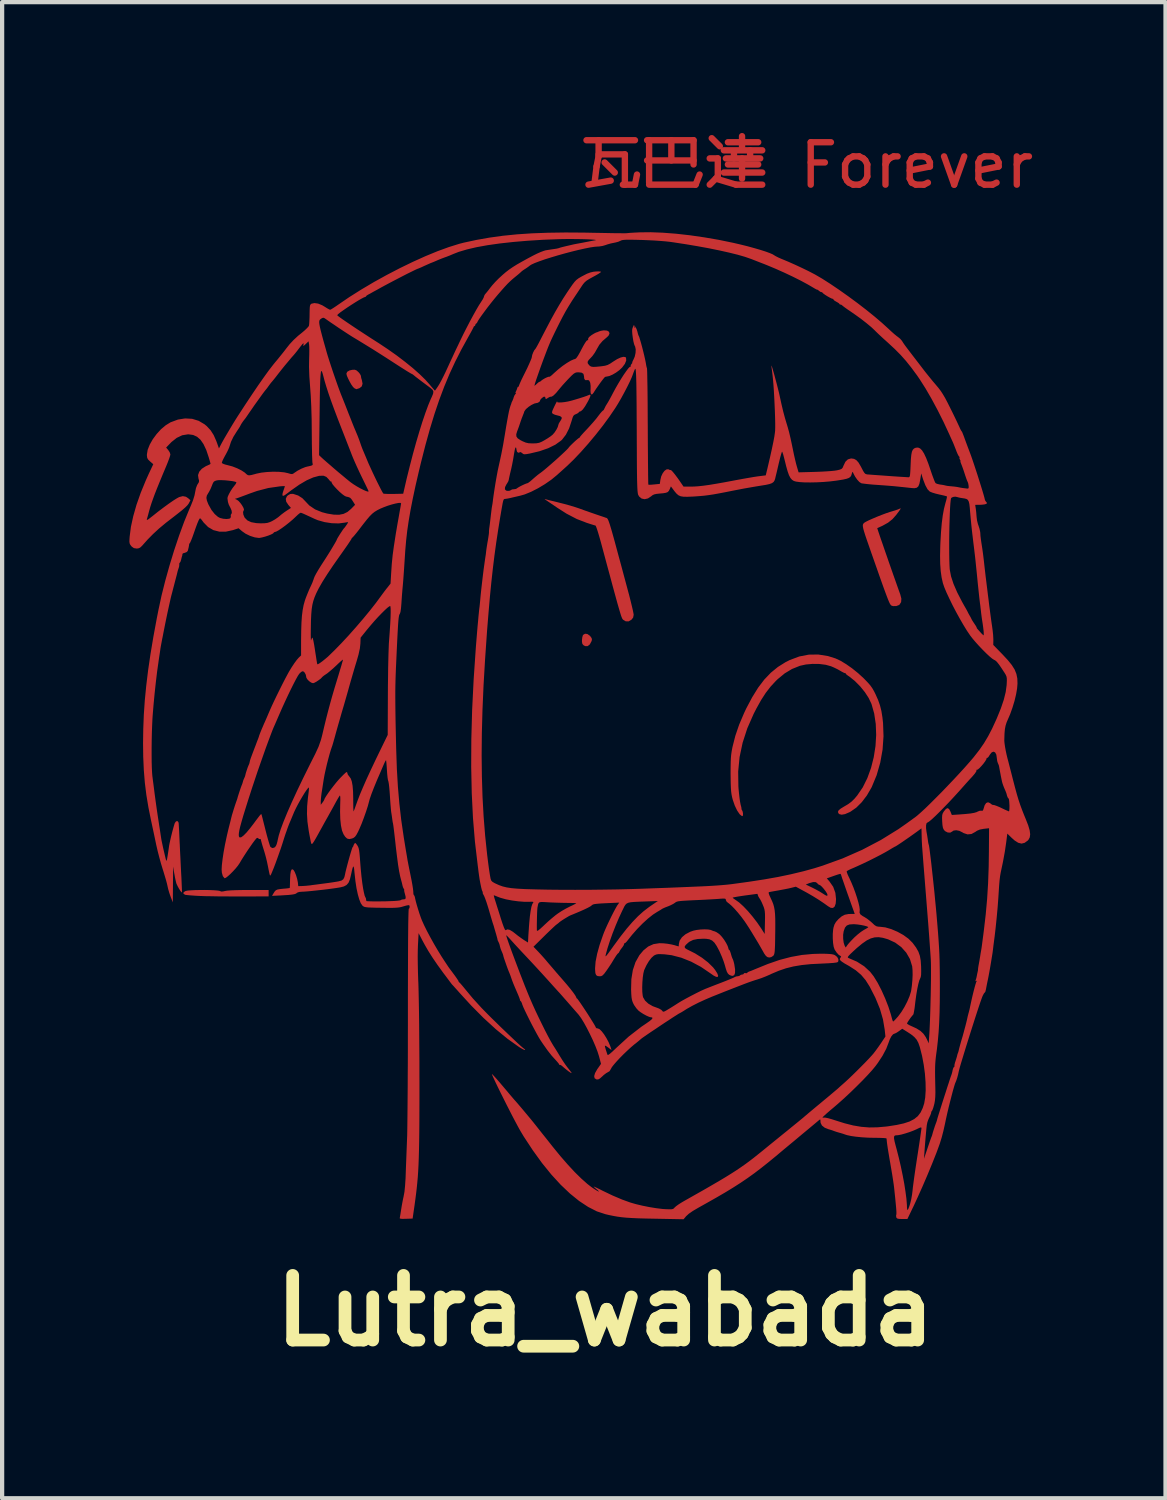
<source format=kicad_pcb>
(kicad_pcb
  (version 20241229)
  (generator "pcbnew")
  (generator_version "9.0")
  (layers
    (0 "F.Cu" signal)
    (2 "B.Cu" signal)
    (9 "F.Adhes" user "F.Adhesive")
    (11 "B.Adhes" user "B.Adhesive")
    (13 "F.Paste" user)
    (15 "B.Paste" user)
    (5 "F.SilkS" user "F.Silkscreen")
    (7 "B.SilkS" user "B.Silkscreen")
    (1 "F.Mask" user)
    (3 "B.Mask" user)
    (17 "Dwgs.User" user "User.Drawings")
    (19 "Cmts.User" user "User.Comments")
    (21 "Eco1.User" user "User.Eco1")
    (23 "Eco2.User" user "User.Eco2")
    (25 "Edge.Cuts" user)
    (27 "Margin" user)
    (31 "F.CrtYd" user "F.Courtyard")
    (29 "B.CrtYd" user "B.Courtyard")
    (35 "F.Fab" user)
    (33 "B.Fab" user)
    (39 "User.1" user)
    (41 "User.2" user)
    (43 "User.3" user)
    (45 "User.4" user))
  (footprint "Lutra_wabada"
    (layer "F.Cu")
    (at 10.715 13.598)
    (property "Reference" "Lutra_wabada" (at 0.5 14.25 0) (layer "F.SilkS") (effects (font (size 1.524 1.524) (thickness 0.3))))
    (attr board_only exclude_from_pos_files exclude_from_bom)
    (fp_poly (pts (xy 0.081 -1.703) (xy 0.137 -1.664) (xy 0.149 -1.651) (xy 0.181 -1.606) (xy 0.188 -1.569) (xy 0.179 -1.535) (xy 0.138 -1.458) (xy 0.088 -1.418) (xy 0.031 -1.417) (xy -0.011 -1.439) (xy -0.037 -1.469) (xy -0.047 -1.518) (xy -0.047 -1.561) (xy -0.04 -1.623) (xy -0.026 -1.672) (xy -0.019 -1.683) (xy 0.026 -1.71)) (stroke (width 0) (type solid)) (fill yes) (layer "F.Cu"))
    (fp_poly (pts (xy -5.363 -7.918) (xy -5.319 -7.88) (xy -5.28 -7.834) (xy -5.259 -7.793) (xy -5.257 -7.783) (xy -5.251 -7.74) (xy -5.234 -7.685) (xy -5.234 -7.684) (xy -5.219 -7.603) (xy -5.238 -7.54) (xy -5.29 -7.499) (xy -5.3 -7.495) (xy -5.344 -7.481) (xy -5.366 -7.474) (xy -5.366 -7.474) (xy -5.383 -7.483) (xy -5.414 -7.498) (xy -5.443 -7.526) (xy -5.481 -7.579) (xy -5.521 -7.649) (xy -5.558 -7.722) (xy -5.587 -7.788) (xy -5.599 -7.835) (xy -5.6 -7.84) (xy -5.581 -7.884) (xy -5.526 -7.916) (xy -5.46 -7.931) (xy -5.404 -7.933)) (stroke (width 0) (type solid)) (fill yes) (layer "F.Cu"))
    (fp_poly (pts (xy -8.831 4.332) (xy -8.731 4.336) (xy -8.65 4.342) (xy -8.597 4.349) (xy -8.582 4.355) (xy -8.544 4.368) (xy -8.493 4.362) (xy -8.464 4.355) (xy -8.411 4.346) (xy -8.319 4.339) (xy -8.191 4.334) (xy -8.028 4.331) (xy -7.909 4.331) (xy -7.433 4.331) (xy -7.433 4.406) (xy -7.433 4.482) (xy -8.102 4.483) (xy -8.28 4.483) (xy -8.458 4.482) (xy -8.631 4.481) (xy -8.79 4.478) (xy -8.927 4.476) (xy -9.035 4.472) (xy -9.065 4.471) (xy -9.173 4.465) (xy -9.27 4.458) (xy -9.346 4.451) (xy -9.394 4.445) (xy -9.402 4.443) (xy -9.44 4.42) (xy -9.441 4.391) (xy -9.406 4.362) (xy -9.384 4.353) (xy -9.338 4.344) (xy -9.263 4.338) (xy -9.167 4.333) (xy -9.058 4.331) (xy -8.943 4.33)) (stroke (width 0) (type solid)) (fill yes) (layer "F.Cu"))
    (fp_poly (pts (xy 7.466 -4.662) (xy 7.456 -4.642) (xy 7.427 -4.599) (xy 7.375 -4.53) (xy 7.361 -4.511) (xy 7.271 -4.41) (xy 7.17 -4.329) (xy 7.043 -4.258) (xy 7.02 -4.247) (xy 6.963 -4.221) (xy 6.924 -4.203) (xy 6.913 -4.198) (xy 6.919 -4.179) (xy 6.936 -4.127) (xy 6.963 -4.047) (xy 6.998 -3.943) (xy 7.041 -3.82) (xy 7.088 -3.683) (xy 7.139 -3.537) (xy 7.191 -3.386) (xy 7.244 -3.235) (xy 7.295 -3.089) (xy 7.343 -2.954) (xy 7.386 -2.832) (xy 7.422 -2.73) (xy 7.45 -2.653) (xy 7.455 -2.641) (xy 7.482 -2.536) (xy 7.476 -2.455) (xy 7.439 -2.397) (xy 7.427 -2.387) (xy 7.362 -2.362) (xy 7.288 -2.361) (xy 7.256 -2.37) (xy 7.245 -2.376) (xy 7.234 -2.385) (xy 7.222 -2.401) (xy 7.207 -2.426) (xy 7.19 -2.464) (xy 7.168 -2.516) (xy 7.141 -2.586) (xy 7.107 -2.677) (xy 7.065 -2.791) (xy 7.015 -2.931) (xy 6.955 -3.1) (xy 6.885 -3.3) (xy 6.802 -3.536) (xy 6.777 -3.606) (xy 6.716 -3.782) (xy 6.666 -3.925) (xy 6.628 -4.038) (xy 6.601 -4.125) (xy 6.583 -4.19) (xy 6.575 -4.237) (xy 6.573 -4.269) (xy 6.579 -4.292) (xy 6.59 -4.309) (xy 6.605 -4.324) (xy 6.644 -4.348) (xy 6.713 -4.383) (xy 6.804 -4.423) (xy 6.907 -4.467) (xy 7.015 -4.51) (xy 7.119 -4.549) (xy 7.211 -4.58) (xy 7.255 -4.593) (xy 7.331 -4.616) (xy 7.396 -4.638) (xy 7.434 -4.654) (xy 7.458 -4.665)) (stroke (width 0) (type solid)) (fill yes) (layer "F.Cu"))
    (fp_poly (pts (xy -0.916 -4.884) (xy -0.883 -4.874) (xy -0.819 -4.857) (xy -0.731 -4.836) (xy -0.629 -4.811) (xy -0.587 -4.8) (xy -0.463 -4.769) (xy -0.333 -4.733) (xy -0.211 -4.696) (xy -0.112 -4.663) (xy -0.104 -4.66) (xy 0.006 -4.62) (xy 0.128 -4.577) (xy 0.241 -4.538) (xy 0.272 -4.527) (xy 0.358 -4.498) (xy 0.435 -4.472) (xy 0.491 -4.453) (xy 0.506 -4.447) (xy 0.519 -4.443) (xy 0.531 -4.44) (xy 0.541 -4.435) (xy 0.551 -4.425) (xy 0.562 -4.408) (xy 0.575 -4.382) (xy 0.589 -4.344) (xy 0.607 -4.292) (xy 0.628 -4.223) (xy 0.654 -4.136) (xy 0.685 -4.026) (xy 0.722 -3.893) (xy 0.765 -3.733) (xy 0.816 -3.544) (xy 0.876 -3.324) (xy 0.944 -3.07) (xy 1.022 -2.78) (xy 1.027 -2.76) (xy 1.066 -2.616) (xy 1.1 -2.481) (xy 1.129 -2.362) (xy 1.152 -2.264) (xy 1.166 -2.194) (xy 1.172 -2.156) (xy 1.172 -2.156) (xy 1.159 -2.09) (xy 1.119 -2.04) (xy 1.051 -2.001) (xy 0.985 -2.002) (xy 0.93 -2.035) (xy 0.921 -2.042) (xy 0.914 -2.05) (xy 0.906 -2.061) (xy 0.897 -2.078) (xy 0.887 -2.103) (xy 0.874 -2.138) (xy 0.859 -2.187) (xy 0.84 -2.25) (xy 0.816 -2.332) (xy 0.787 -2.433) (xy 0.753 -2.557) (xy 0.712 -2.706) (xy 0.664 -2.882) (xy 0.609 -3.088) (xy 0.544 -3.326) (xy 0.471 -3.598) (xy 0.399 -3.865) (xy 0.366 -3.983) (xy 0.335 -4.088) (xy 0.308 -4.173) (xy 0.287 -4.232) (xy 0.274 -4.258) (xy 0.273 -4.259) (xy 0.245 -4.267) (xy 0.189 -4.284) (xy 0.114 -4.308) (xy 0.07 -4.322) (xy -0.169 -4.414) (xy -0.409 -4.539) (xy -0.621 -4.674) (xy -0.706 -4.732) (xy -0.786 -4.786) (xy -0.851 -4.83) (xy -0.883 -4.851) (xy -0.918 -4.876) (xy -0.926 -4.886)) (stroke (width 0) (type solid)) (fill yes) (layer "F.Cu"))
    (fp_poly (pts (xy 5.75 -1.184) (xy 5.929 -1.128) (xy 6.047 -1.073) (xy 6.181 -0.992) (xy 6.322 -0.893) (xy 6.462 -0.78) (xy 6.593 -0.66) (xy 6.6 -0.653) (xy 6.684 -0.566) (xy 6.747 -0.495) (xy 6.795 -0.428) (xy 6.838 -0.354) (xy 6.875 -0.279) (xy 6.934 -0.146) (xy 6.978 -0.02) (xy 7.011 0.111) (xy 7.035 0.26) (xy 7.05 0.396) (xy 7.061 0.707) (xy 7.039 1.021) (xy 6.984 1.329) (xy 6.899 1.625) (xy 6.785 1.9) (xy 6.775 1.92) (xy 6.669 2.102) (xy 6.549 2.26) (xy 6.42 2.389) (xy 6.285 2.483) (xy 6.259 2.497) (xy 6.154 2.542) (xy 6.074 2.556) (xy 6.018 2.542) (xy 6.001 2.526) (xy 5.986 2.491) (xy 6.002 2.454) (xy 6.052 2.412) (xy 6.126 2.367) (xy 6.226 2.308) (xy 6.303 2.251) (xy 6.374 2.182) (xy 6.443 2.1) (xy 6.572 1.911) (xy 6.68 1.693) (xy 6.767 1.453) (xy 6.831 1.199) (xy 6.872 0.937) (xy 6.888 0.674) (xy 6.878 0.416) (xy 6.841 0.17) (xy 6.777 -0.056) (xy 6.775 -0.06) (xy 6.712 -0.193) (xy 6.621 -0.333) (xy 6.51 -0.47) (xy 6.387 -0.594) (xy 6.261 -0.696) (xy 6.219 -0.724) (xy 6.184 -0.751) (xy 6.173 -0.768) (xy 6.174 -0.769) (xy 6.168 -0.778) (xy 6.159 -0.779) (xy 6.128 -0.789) (xy 6.078 -0.815) (xy 6.045 -0.834) (xy 5.978 -0.872) (xy 5.894 -0.913) (xy 5.824 -0.943) (xy 5.698 -0.978) (xy 5.548 -0.997) (xy 5.388 -0.999) (xy 5.231 -0.985) (xy 5.091 -0.954) (xy 5.086 -0.952) (xy 4.904 -0.879) (xy 4.733 -0.776) (xy 4.565 -0.638) (xy 4.52 -0.594) (xy 4.4 -0.464) (xy 4.286 -0.317) (xy 4.176 -0.147) (xy 4.064 0.054) (xy 4 0.179) (xy 3.85 0.52) (xy 3.74 0.859) (xy 3.668 1.198) (xy 3.635 1.54) (xy 3.64 1.887) (xy 3.644 1.945) (xy 3.655 2.058) (xy 3.667 2.164) (xy 3.68 2.253) (xy 3.692 2.316) (xy 3.695 2.327) (xy 3.709 2.38) (xy 3.714 2.412) (xy 3.712 2.417) (xy 3.713 2.429) (xy 3.722 2.442) (xy 3.74 2.48) (xy 3.749 2.528) (xy 3.748 2.57) (xy 3.736 2.59) (xy 3.711 2.58) (xy 3.675 2.549) (xy 3.668 2.542) (xy 3.611 2.458) (xy 3.556 2.344) (xy 3.509 2.209) (xy 3.492 2.145) (xy 3.479 2.081) (xy 3.469 2.007) (xy 3.463 1.915) (xy 3.459 1.8) (xy 3.457 1.653) (xy 3.456 1.591) (xy 3.457 1.44) (xy 3.459 1.321) (xy 3.463 1.224) (xy 3.47 1.142) (xy 3.481 1.065) (xy 3.496 0.984) (xy 3.5 0.964) (xy 3.567 0.699) (xy 3.658 0.433) (xy 3.776 0.156) (xy 3.826 0.05) (xy 3.965 -0.212) (xy 4.105 -0.438) (xy 4.251 -0.63) (xy 4.406 -0.792) (xy 4.572 -0.927) (xy 4.752 -1.04) (xy 4.854 -1.091) (xy 5.076 -1.174) (xy 5.299 -1.217) (xy 5.523 -1.22)) (stroke (width 0) (type solid)) (fill yes) (layer "F.Cu"))
    (fp_poly (pts (xy 1.858 -11.163) (xy 2.17 -11.139) (xy 2.499 -11.102) (xy 2.838 -11.053) (xy 3.18 -10.994) (xy 3.519 -10.924) (xy 3.683 -10.886) (xy 3.853 -10.844) (xy 4.013 -10.8) (xy 4.158 -10.758) (xy 4.283 -10.718) (xy 4.382 -10.682) (xy 4.451 -10.652) (xy 4.476 -10.636) (xy 4.519 -10.61) (xy 4.586 -10.576) (xy 4.664 -10.542) (xy 4.675 -10.538) (xy 4.816 -10.479) (xy 4.974 -10.409) (xy 5.135 -10.334) (xy 5.288 -10.26) (xy 5.419 -10.192) (xy 5.444 -10.179) (xy 5.614 -10.08) (xy 5.805 -9.958) (xy 6.012 -9.818) (xy 6.227 -9.666) (xy 6.443 -9.507) (xy 6.652 -9.346) (xy 6.849 -9.187) (xy 7.025 -9.037) (xy 7.171 -8.904) (xy 7.244 -8.836) (xy 7.315 -8.773) (xy 7.375 -8.724) (xy 7.399 -8.707) (xy 7.453 -8.663) (xy 7.494 -8.616) (xy 7.503 -8.602) (xy 7.526 -8.565) (xy 7.568 -8.505) (xy 7.622 -8.433) (xy 7.663 -8.379) (xy 7.728 -8.294) (xy 7.808 -8.19) (xy 7.892 -8.081) (xy 7.966 -7.984) (xy 8.046 -7.88) (xy 8.137 -7.767) (xy 8.225 -7.659) (xy 8.294 -7.578) (xy 8.357 -7.503) (xy 8.41 -7.433) (xy 8.459 -7.358) (xy 8.511 -7.27) (xy 8.569 -7.16) (xy 8.626 -7.046) (xy 8.684 -6.93) (xy 8.738 -6.819) (xy 8.785 -6.721) (xy 8.821 -6.644) (xy 8.843 -6.597) (xy 8.869 -6.539) (xy 8.891 -6.498) (xy 8.9 -6.486) (xy 8.914 -6.464) (xy 8.935 -6.413) (xy 8.962 -6.343) (xy 8.968 -6.325) (xy 9.001 -6.235) (xy 9.041 -6.127) (xy 9.082 -6.019) (xy 9.096 -5.982) (xy 9.122 -5.912) (xy 9.155 -5.818) (xy 9.193 -5.705) (xy 9.234 -5.581) (xy 9.277 -5.45) (xy 9.318 -5.319) (xy 9.357 -5.195) (xy 9.391 -5.084) (xy 9.419 -4.99) (xy 9.438 -4.922) (xy 9.447 -4.884) (xy 9.447 -4.88) (xy 9.46 -4.844) (xy 9.479 -4.82) (xy 9.5 -4.793) (xy 9.49 -4.776) (xy 9.478 -4.769) (xy 9.44 -4.758) (xy 9.378 -4.751) (xy 9.333 -4.749) (xy 9.222 -4.748) (xy 9.236 -4.655) (xy 9.246 -4.574) (xy 9.253 -4.486) (xy 9.255 -4.462) (xy 9.265 -4.381) (xy 9.287 -4.293) (xy 9.3 -4.257) (xy 9.324 -4.182) (xy 9.34 -4.107) (xy 9.343 -4.075) (xy 9.346 -4.019) (xy 9.356 -3.937) (xy 9.369 -3.846) (xy 9.374 -3.816) (xy 9.39 -3.712) (xy 9.407 -3.589) (xy 9.422 -3.467) (xy 9.427 -3.424) (xy 9.439 -3.315) (xy 9.452 -3.2) (xy 9.464 -3.099) (xy 9.468 -3.062) (xy 9.477 -2.993) (xy 9.489 -2.894) (xy 9.504 -2.774) (xy 9.52 -2.642) (xy 9.537 -2.508) (xy 9.554 -2.367) (xy 9.573 -2.224) (xy 9.591 -2.088) (xy 9.607 -1.972) (xy 9.619 -1.893) (xy 9.633 -1.79) (xy 9.644 -1.687) (xy 9.649 -1.6) (xy 9.65 -1.564) (xy 9.648 -1.446) (xy 9.867 -1.221) (xy 9.99 -1.089) (xy 10.084 -0.973) (xy 10.151 -0.867) (xy 10.193 -0.763) (xy 10.215 -0.655) (xy 10.219 -0.535) (xy 10.21 -0.422) (xy 10.187 -0.286) (xy 10.15 -0.13) (xy 10.101 0.032) (xy 10.046 0.186) (xy 9.996 0.302) (xy 9.962 0.381) (xy 9.938 0.457) (xy 9.922 0.54) (xy 9.913 0.641) (xy 9.909 0.77) (xy 9.908 0.816) (xy 9.913 0.868) (xy 9.924 0.948) (xy 9.941 1.042) (xy 9.961 1.138) (xy 9.982 1.224) (xy 9.983 1.229) (xy 9.998 1.283) (xy 10.02 1.369) (xy 10.048 1.477) (xy 10.079 1.598) (xy 10.111 1.724) (xy 10.16 1.912) (xy 10.203 2.07) (xy 10.244 2.207) (xy 10.286 2.332) (xy 10.331 2.454) (xy 10.382 2.582) (xy 10.415 2.662) (xy 10.472 2.808) (xy 10.506 2.924) (xy 10.518 3.017) (xy 10.508 3.09) (xy 10.477 3.148) (xy 10.459 3.167) (xy 10.387 3.219) (xy 10.315 3.237) (xy 10.237 3.218) (xy 10.152 3.164) (xy 10.081 3.101) (xy 9.979 3.001) (xy 9.953 3.207) (xy 9.921 3.425) (xy 9.876 3.671) (xy 9.821 3.931) (xy 9.809 4.002) (xy 9.797 4.1) (xy 9.787 4.213) (xy 9.78 4.321) (xy 9.767 4.523) (xy 9.75 4.75) (xy 9.728 4.988) (xy 9.704 5.221) (xy 9.679 5.436) (xy 9.677 5.449) (xy 9.664 5.549) (xy 9.652 5.64) (xy 9.644 5.711) (xy 9.639 5.751) (xy 9.631 5.813) (xy 9.616 5.905) (xy 9.598 6.016) (xy 9.578 6.136) (xy 9.557 6.255) (xy 9.537 6.363) (xy 9.52 6.449) (xy 9.516 6.466) (xy 9.499 6.549) (xy 9.484 6.626) (xy 9.474 6.68) (xy 9.473 6.682) (xy 9.462 6.727) (xy 9.448 6.748) (xy 9.447 6.748) (xy 9.431 6.765) (xy 9.407 6.808) (xy 9.391 6.843) (xy 9.372 6.894) (xy 9.343 6.976) (xy 9.306 7.086) (xy 9.263 7.217) (xy 9.215 7.365) (xy 9.164 7.525) (xy 9.111 7.691) (xy 9.059 7.857) (xy 9.008 8.02) (xy 8.961 8.173) (xy 8.919 8.311) (xy 8.883 8.429) (xy 8.856 8.523) (xy 8.84 8.586) (xy 8.835 8.605) (xy 8.82 8.675) (xy 8.8 8.751) (xy 8.778 8.818) (xy 8.761 8.86) (xy 8.761 8.86) (xy 8.745 8.899) (xy 8.723 8.971) (xy 8.695 9.069) (xy 8.664 9.188) (xy 8.63 9.32) (xy 8.595 9.46) (xy 8.562 9.601) (xy 8.532 9.736) (xy 8.51 9.842) (xy 8.472 10.012) (xy 8.433 10.162) (xy 8.388 10.308) (xy 8.33 10.468) (xy 8.308 10.527) (xy 8.206 10.784) (xy 8.095 11.052) (xy 7.98 11.32) (xy 7.866 11.574) (xy 7.76 11.804) (xy 7.752 11.819) (xy 7.624 12.086) (xy 7.5 12.086) (xy 7.429 12.084) (xy 7.389 12.076) (xy 7.369 12.06) (xy 7.362 12.046) (xy 7.357 12.004) (xy 7.362 11.986) (xy 7.365 11.964) (xy 7.365 11.916) (xy 7.36 11.839) (xy 7.35 11.731) (xy 7.336 11.588) (xy 7.317 11.408) (xy 7.311 11.35) (xy 7.301 11.271) (xy 7.285 11.163) (xy 7.265 11.035) (xy 7.242 10.899) (xy 7.221 10.776) (xy 7.199 10.649) (xy 7.179 10.529) (xy 7.162 10.425) (xy 7.15 10.344) (xy 7.143 10.294) (xy 7.143 10.293) (xy 7.137 10.235) (xy 7.133 10.195) (xy 7.132 10.187) (xy 7.113 10.182) (xy 7.06 10.177) (xy 6.981 10.174) (xy 6.884 10.172) (xy 6.841 10.172) (xy 6.698 10.169) (xy 6.554 10.16) (xy 6.422 10.147) (xy 7.309 10.147) (xy 7.309 10.189) (xy 7.321 10.254) (xy 7.345 10.349) (xy 7.37 10.441) (xy 7.421 10.64) (xy 7.469 10.846) (xy 7.512 11.053) (xy 7.55 11.255) (xy 7.579 11.443) (xy 7.601 11.61) (xy 7.612 11.75) (xy 7.614 11.812) (xy 7.618 11.862) (xy 7.629 11.873) (xy 7.647 11.845) (xy 7.672 11.778) (xy 7.692 11.713) (xy 7.715 11.618) (xy 7.734 11.508) (xy 7.746 11.411) (xy 7.752 11.35) (xy 7.764 11.257) (xy 7.78 11.136) (xy 7.8 10.995) (xy 7.823 10.839) (xy 7.848 10.676) (xy 7.849 10.666) (xy 8.015 10.666) (xy 8.095 10.427) (xy 8.127 10.333) (xy 8.155 10.25) (xy 8.177 10.189) (xy 8.189 10.156) (xy 8.19 10.155) (xy 8.205 10.116) (xy 8.209 10.102) (xy 8.223 10.049) (xy 8.246 9.976) (xy 8.271 9.899) (xy 8.293 9.837) (xy 8.3 9.82) (xy 8.318 9.768) (xy 8.328 9.729) (xy 8.335 9.704) (xy 8.352 9.648) (xy 8.378 9.565) (xy 8.41 9.463) (xy 8.446 9.348) (xy 8.485 9.226) (xy 8.525 9.103) (xy 8.562 8.986) (xy 8.597 8.88) (xy 8.625 8.793) (xy 8.646 8.73) (xy 8.657 8.702) (xy 8.667 8.672) (xy 8.675 8.646) (xy 8.684 8.608) (xy 8.69 8.576) (xy 8.705 8.527) (xy 8.721 8.502) (xy 8.725 8.5) (xy 8.736 8.488) (xy 8.733 8.482) (xy 8.733 8.454) (xy 8.745 8.403) (xy 8.754 8.376) (xy 8.775 8.311) (xy 8.792 8.254) (xy 8.795 8.24) (xy 8.806 8.196) (xy 8.815 8.174) (xy 8.826 8.143) (xy 8.833 8.115) (xy 8.842 8.075) (xy 8.859 8.011) (xy 8.879 7.938) (xy 8.898 7.871) (xy 8.912 7.825) (xy 8.918 7.804) (xy 8.926 7.779) (xy 8.936 7.741) (xy 8.953 7.68) (xy 8.966 7.63) (xy 8.992 7.534) (xy 9.009 7.468) (xy 9.02 7.423) (xy 9.028 7.391) (xy 9.034 7.362) (xy 9.036 7.352) (xy 9.048 7.299) (xy 9.065 7.234) (xy 9.069 7.221) (xy 9.085 7.159) (xy 9.097 7.108) (xy 9.098 7.1) (xy 9.115 7.019) (xy 9.136 6.923) (xy 9.16 6.819) (xy 9.185 6.717) (xy 9.209 6.625) (xy 9.23 6.55) (xy 9.246 6.501) (xy 9.253 6.487) (xy 9.265 6.468) (xy 9.249 6.474) (xy 9.247 6.475) (xy 9.228 6.481) (xy 9.232 6.458) (xy 9.234 6.454) (xy 9.25 6.403) (xy 9.258 6.365) (xy 9.27 6.303) (xy 9.279 6.264) (xy 9.288 6.221) (xy 9.289 6.2) (xy 9.291 6.174) (xy 9.299 6.121) (xy 9.307 6.079) (xy 9.321 6.002) (xy 9.333 5.929) (xy 9.338 5.902) (xy 9.348 5.836) (xy 9.358 5.777) (xy 9.367 5.727) (xy 9.377 5.661) (xy 9.389 5.57) (xy 9.397 5.509) (xy 9.405 5.448) (xy 9.416 5.365) (xy 9.427 5.277) (xy 9.427 5.277) (xy 9.47 4.908) (xy 9.503 4.544) (xy 9.526 4.173) (xy 9.54 3.784) (xy 9.545 3.427) (xy 9.549 2.875) (xy 9.423 2.889) (xy 9.332 2.906) (xy 9.263 2.935) (xy 9.224 2.962) (xy 9.134 3.011) (xy 9.042 3.02) (xy 8.948 2.989) (xy 8.919 2.971) (xy 8.848 2.936) (xy 8.775 2.922) (xy 8.713 2.93) (xy 8.682 2.951) (xy 8.636 2.978) (xy 8.577 2.976) (xy 8.518 2.947) (xy 8.5 2.931) (xy 8.475 2.898) (xy 8.46 2.858) (xy 8.45 2.799) (xy 8.444 2.714) (xy 8.441 2.629) (xy 8.444 2.571) (xy 8.454 2.53) (xy 8.475 2.492) (xy 8.484 2.478) (xy 8.532 2.42) (xy 8.572 2.401) (xy 8.606 2.422) (xy 8.637 2.478) (xy 8.671 2.562) (xy 8.843 2.551) (xy 8.996 2.539) (xy 9.113 2.527) (xy 9.198 2.512) (xy 9.256 2.495) (xy 9.281 2.482) (xy 9.33 2.463) (xy 9.366 2.463) (xy 9.399 2.462) (xy 9.415 2.43) (xy 9.418 2.42) (xy 9.445 2.333) (xy 9.481 2.28) (xy 9.525 2.263) (xy 9.574 2.284) (xy 9.587 2.296) (xy 9.623 2.322) (xy 9.649 2.326) (xy 9.674 2.33) (xy 9.726 2.348) (xy 9.796 2.377) (xy 9.836 2.396) (xy 9.911 2.432) (xy 9.972 2.459) (xy 10.01 2.475) (xy 10.019 2.478) (xy 10.025 2.459) (xy 10.029 2.41) (xy 10.03 2.341) (xy 10.029 2.326) (xy 10.025 2.254) (xy 10.019 2.201) (xy 10.011 2.176) (xy 10.009 2.175) (xy 9.992 2.157) (xy 9.973 2.112) (xy 9.962 2.067) (xy 9.952 2.036) (xy 9.931 1.984) (xy 9.922 1.964) (xy 9.899 1.91) (xy 9.884 1.871) (xy 9.881 1.863) (xy 9.869 1.827) (xy 9.864 1.813) (xy 9.855 1.78) (xy 9.842 1.719) (xy 9.826 1.64) (xy 9.819 1.601) (xy 9.803 1.519) (xy 9.791 1.452) (xy 9.783 1.409) (xy 9.781 1.4) (xy 9.769 1.367) (xy 9.756 1.339) (xy 9.741 1.292) (xy 9.733 1.23) (xy 9.732 1.223) (xy 9.72 1.14) (xy 9.692 1.088) (xy 9.654 1.07) (xy 9.611 1.087) (xy 9.567 1.141) (xy 9.561 1.152) (xy 9.533 1.196) (xy 9.51 1.217) (xy 9.504 1.216) (xy 9.491 1.219) (xy 9.492 1.224) (xy 9.484 1.253) (xy 9.456 1.299) (xy 9.415 1.355) (xy 9.367 1.411) (xy 9.321 1.459) (xy 9.283 1.491) (xy 9.261 1.497) (xy 9.249 1.497) (xy 9.253 1.506) (xy 9.248 1.535) (xy 9.212 1.589) (xy 9.146 1.666) (xy 9.094 1.721) (xy 9.06 1.759) (xy 9.01 1.814) (xy 8.966 1.864) (xy 8.845 2) (xy 8.722 2.135) (xy 8.602 2.264) (xy 8.486 2.384) (xy 8.38 2.492) (xy 8.285 2.585) (xy 8.206 2.659) (xy 8.145 2.71) (xy 8.106 2.737) (xy 8.097 2.739) (xy 8.075 2.758) (xy 8.064 2.807) (xy 8.064 2.878) (xy 8.074 2.957) (xy 8.089 3.04) (xy 8.102 3.123) (xy 8.107 3.159) (xy 8.115 3.216) (xy 8.124 3.255) (xy 8.127 3.261) (xy 8.133 3.288) (xy 8.143 3.35) (xy 8.155 3.443) (xy 8.17 3.562) (xy 8.187 3.703) (xy 8.204 3.861) (xy 8.223 4.031) (xy 8.242 4.209) (xy 8.261 4.39) (xy 8.278 4.57) (xy 8.295 4.743) (xy 8.309 4.895) (xy 8.329 5.132) (xy 8.346 5.338) (xy 8.359 5.52) (xy 8.37 5.686) (xy 8.378 5.844) (xy 8.383 6.003) (xy 8.386 6.171) (xy 8.388 6.355) (xy 8.389 6.564) (xy 8.389 6.677) (xy 8.387 6.97) (xy 8.382 7.23) (xy 8.373 7.463) (xy 8.36 7.679) (xy 8.342 7.882) (xy 8.32 8.081) (xy 8.305 8.188) (xy 8.294 8.274) (xy 8.286 8.352) (xy 8.28 8.43) (xy 8.277 8.515) (xy 8.276 8.614) (xy 8.277 8.735) (xy 8.28 8.885) (xy 8.282 8.974) (xy 8.284 9.103) (xy 8.281 9.203) (xy 8.274 9.285) (xy 8.262 9.358) (xy 8.251 9.402) (xy 8.231 9.472) (xy 8.211 9.523) (xy 8.197 9.547) (xy 8.195 9.548) (xy 8.184 9.56) (xy 8.186 9.564) (xy 8.183 9.59) (xy 8.165 9.639) (xy 8.146 9.679) (xy 8.116 9.745) (xy 8.095 9.805) (xy 8.081 9.873) (xy 8.071 9.962) (xy 8.067 10.007) (xy 8.059 10.095) (xy 8.051 10.186) (xy 8.048 10.222) (xy 8.042 10.292) (xy 8.035 10.384) (xy 8.028 10.48) (xy 8.027 10.494) (xy 8.015 10.666) (xy 7.849 10.666) (xy 7.858 10.611) (xy 7.882 10.455) (xy 7.904 10.31) (xy 7.923 10.183) (xy 7.938 10.077) (xy 7.949 9.999) (xy 7.955 9.952) (xy 7.956 9.942) (xy 7.95 9.928) (xy 7.924 9.931) (xy 7.875 9.953) (xy 7.841 9.97) (xy 7.765 10.003) (xy 7.672 10.038) (xy 7.575 10.069) (xy 7.483 10.095) (xy 7.411 10.109) (xy 7.383 10.112) (xy 7.346 10.114) (xy 7.321 10.124) (xy 7.309 10.147) (xy 6.422 10.147) (xy 6.418 10.147) (xy 6.299 10.13) (xy 6.205 10.11) (xy 6.154 10.094) (xy 6.109 10.078) (xy 6.047 10.059) (xy 6.023 10.053) (xy 5.958 10.034) (xy 5.905 10.016) (xy 5.892 10.011) (xy 5.846 9.994) (xy 5.784 9.975) (xy 5.771 9.972) (xy 5.676 9.935) (xy 5.61 9.883) (xy 5.578 9.82) (xy 5.575 9.791) (xy 5.574 9.748) (xy 5.564 9.739) (xy 5.543 9.754) (xy 5.518 9.775) (xy 5.468 9.817) (xy 5.395 9.878) (xy 5.306 9.952) (xy 5.205 10.036) (xy 5.136 10.093) (xy 5.03 10.182) (xy 4.932 10.264) (xy 4.847 10.334) (xy 4.78 10.39) (xy 4.737 10.426) (xy 4.723 10.437) (xy 4.522 10.606) (xy 4.34 10.755) (xy 4.171 10.889) (xy 4.011 11.011) (xy 3.853 11.124) (xy 3.692 11.233) (xy 3.522 11.342) (xy 3.337 11.455) (xy 3.133 11.574) (xy 2.902 11.705) (xy 2.695 11.821) (xy 2.567 11.896) (xy 2.472 11.962) (xy 2.407 12.021) (xy 2.399 12.031) (xy 2.348 12.092) (xy 1.672 12.079) (xy 1.46 12.075) (xy 1.281 12.07) (xy 1.13 12.063) (xy 1.002 12.055) (xy 0.889 12.044) (xy 0.786 12.03) (xy 0.686 12.012) (xy 0.584 11.991) (xy 0.504 11.972) (xy 0.304 11.906) (xy 0.098 11.801) (xy -0.114 11.661) (xy -0.33 11.486) (xy -0.549 11.278) (xy -0.769 11.038) (xy -0.988 10.768) (xy -1.204 10.469) (xy -1.418 10.144) (xy -1.486 10.031) (xy -1.523 9.967) (xy -1.571 9.879) (xy -1.628 9.772) (xy -1.692 9.65) (xy -1.759 9.519) (xy -1.829 9.382) (xy -1.898 9.244) (xy -1.964 9.112) (xy -2.025 8.988) (xy -2.078 8.878) (xy -2.121 8.786) (xy -2.152 8.718) (xy -2.168 8.678) (xy -2.17 8.669) (xy -2.154 8.681) (xy -2.118 8.719) (xy -2.063 8.78) (xy -1.995 8.858) (xy -1.918 8.949) (xy -1.902 8.968) (xy -1.822 9.062) (xy -1.752 9.146) (xy -1.694 9.214) (xy -1.653 9.262) (xy -1.633 9.285) (xy -1.632 9.286) (xy -1.611 9.309) (xy -1.569 9.357) (xy -1.513 9.423) (xy -1.446 9.502) (xy -1.375 9.587) (xy -1.305 9.671) (xy -1.241 9.748) (xy -1.188 9.813) (xy -1.167 9.84) (xy -1.122 9.896) (xy -1.058 9.977) (xy -0.979 10.077) (xy -0.889 10.189) (xy -0.795 10.308) (xy -0.735 10.384) (xy -0.557 10.602) (xy -0.382 10.803) (xy -0.216 10.982) (xy -0.06 11.135) (xy 0.081 11.26) (xy 0.183 11.339) (xy 0.256 11.388) (xy 0.311 11.422) (xy 0.344 11.438) (xy 0.353 11.437) (xy 0.335 11.416) (xy 0.292 11.381) (xy 0.251 11.346) (xy 0.23 11.324) (xy 0.229 11.32) (xy 0.252 11.329) (xy 0.302 11.352) (xy 0.372 11.385) (xy 0.428 11.414) (xy 0.674 11.532) (xy 0.898 11.627) (xy 1.088 11.696) (xy 1.222 11.735) (xy 1.378 11.772) (xy 1.542 11.805) (xy 1.702 11.831) (xy 1.845 11.849) (xy 1.922 11.854) (xy 2.008 11.857) (xy 2.064 11.856) (xy 2.098 11.849) (xy 2.121 11.834) (xy 2.138 11.814) (xy 2.172 11.784) (xy 2.231 11.741) (xy 2.306 11.694) (xy 2.352 11.667) (xy 2.606 11.523) (xy 2.829 11.397) (xy 3.024 11.284) (xy 3.194 11.185) (xy 3.344 11.095) (xy 3.476 11.013) (xy 3.596 10.936) (xy 3.705 10.862) (xy 3.809 10.789) (xy 3.91 10.714) (xy 4.013 10.635) (xy 4.12 10.549) (xy 4.2 10.485) (xy 4.276 10.423) (xy 4.375 10.342) (xy 4.49 10.249) (xy 4.613 10.149) (xy 4.736 10.049) (xy 4.784 10.011) (xy 4.89 9.924) (xy 4.986 9.846) (xy 5.067 9.78) (xy 5.129 9.729) (xy 5.167 9.698) (xy 5.174 9.692) (xy 5.621 9.692) (xy 5.636 9.698) (xy 5.659 9.695) (xy 5.693 9.697) (xy 5.756 9.71) (xy 5.837 9.733) (xy 5.912 9.757) (xy 6.141 9.829) (xy 6.346 9.881) (xy 6.537 9.913) (xy 6.723 9.928) (xy 6.914 9.925) (xy 7.12 9.907) (xy 7.168 9.901) (xy 7.372 9.869) (xy 7.54 9.832) (xy 7.676 9.787) (xy 7.785 9.73) (xy 7.87 9.661) (xy 7.935 9.575) (xy 7.985 9.47) (xy 8.02 9.361) (xy 8.044 9.222) (xy 8.055 9.054) (xy 8.052 8.864) (xy 8.037 8.66) (xy 8.009 8.451) (xy 7.97 8.243) (xy 7.92 8.046) (xy 7.916 8.031) (xy 7.882 7.934) (xy 7.842 7.859) (xy 7.786 7.795) (xy 7.708 7.732) (xy 7.628 7.68) (xy 7.503 7.601) (xy 7.424 7.658) (xy 7.373 7.692) (xy 7.334 7.712) (xy 7.323 7.715) (xy 7.285 7.733) (xy 7.245 7.782) (xy 7.208 7.853) (xy 7.184 7.92) (xy 7.126 8.072) (xy 7.038 8.238) (xy 6.925 8.41) (xy 6.874 8.479) (xy 6.795 8.575) (xy 6.69 8.691) (xy 6.566 8.821) (xy 6.427 8.96) (xy 6.281 9.102) (xy 6.132 9.241) (xy 5.986 9.371) (xy 5.886 9.457) (xy 5.799 9.53) (xy 5.724 9.595) (xy 5.667 9.647) (xy 5.631 9.681) (xy 5.621 9.692) (xy 5.174 9.692) (xy 5.177 9.689) (xy 5.194 9.674) (xy 5.239 9.636) (xy 5.305 9.58) (xy 5.389 9.51) (xy 5.486 9.429) (xy 5.549 9.377) (xy 5.657 9.287) (xy 5.758 9.203) (xy 5.846 9.129) (xy 5.918 9.068) (xy 5.967 9.027) (xy 5.981 9.015) (xy 6.031 8.969) (xy 6.098 8.91) (xy 6.162 8.853) (xy 6.239 8.782) (xy 6.331 8.694) (xy 6.431 8.596) (xy 6.532 8.495) (xy 6.629 8.397) (xy 6.714 8.308) (xy 6.782 8.234) (xy 6.822 8.188) (xy 6.873 8.122) (xy 6.934 8.038) (xy 6.994 7.952) (xy 7.005 7.936) (xy 7.106 7.784) (xy 7.089 7.624) (xy 7.048 7.381) (xy 6.976 7.132) (xy 6.87 6.873) (xy 6.734 6.607) (xy 6.638 6.455) (xy 6.533 6.331) (xy 6.409 6.225) (xy 6.257 6.127) (xy 6.24 6.117) (xy 6.144 6.063) (xy 6.08 6.021) (xy 6.043 5.99) (xy 6.03 5.964) (xy 6.037 5.94) (xy 6.045 5.929) (xy 6.048 5.924) (xy 6.22 5.924) (xy 6.234 5.933) (xy 6.234 5.933) (xy 6.436 6.021) (xy 6.605 6.129) (xy 6.745 6.258) (xy 6.829 6.366) (xy 6.922 6.517) (xy 7.014 6.695) (xy 7.1 6.887) (xy 7.175 7.079) (xy 7.233 7.259) (xy 7.251 7.327) (xy 7.267 7.385) (xy 7.281 7.423) (xy 7.289 7.431) (xy 7.307 7.417) (xy 7.344 7.378) (xy 7.393 7.324) (xy 7.409 7.305) (xy 7.482 7.207) (xy 7.555 7.088) (xy 7.621 6.96) (xy 7.674 6.835) (xy 7.708 6.726) (xy 7.712 6.708) (xy 7.729 6.589) (xy 7.741 6.46) (xy 7.747 6.333) (xy 7.745 6.22) (xy 7.737 6.133) (xy 7.736 6.128) (xy 7.684 5.959) (xy 7.597 5.808) (xy 7.48 5.677) (xy 7.336 5.571) (xy 7.168 5.493) (xy 7.047 5.458) (xy 6.948 5.443) (xy 6.854 5.447) (xy 6.761 5.472) (xy 6.664 5.52) (xy 6.557 5.595) (xy 6.434 5.697) (xy 6.355 5.769) (xy 6.285 5.835) (xy 6.241 5.88) (xy 6.221 5.908) (xy 6.22 5.924) (xy 6.048 5.924) (xy 6.062 5.901) (xy 6.049 5.887) (xy 6.047 5.886) (xy 6.004 5.858) (xy 5.956 5.805) (xy 5.912 5.74) (xy 5.907 5.731) (xy 5.886 5.669) (xy 5.872 5.58) (xy 5.865 5.475) (xy 5.865 5.386) (xy 6.109 5.386) (xy 6.11 5.482) (xy 6.122 5.573) (xy 6.144 5.642) (xy 6.145 5.642) (xy 6.169 5.687) (xy 6.21 5.628) (xy 6.243 5.587) (xy 6.296 5.529) (xy 6.359 5.464) (xy 6.38 5.443) (xy 6.453 5.378) (xy 6.53 5.317) (xy 6.597 5.273) (xy 6.61 5.266) (xy 6.663 5.236) (xy 6.696 5.214) (xy 6.702 5.204) (xy 6.668 5.188) (xy 6.607 5.171) (xy 6.528 5.155) (xy 6.445 5.143) (xy 6.369 5.137) (xy 6.35 5.137) (xy 6.258 5.143) (xy 6.195 5.168) (xy 6.153 5.217) (xy 6.124 5.297) (xy 6.122 5.302) (xy 6.109 5.386) (xy 5.865 5.386) (xy 5.865 5.367) (xy 5.873 5.268) (xy 5.881 5.221) (xy 5.904 5.146) (xy 5.94 5.084) (xy 5.999 5.017) (xy 6 5.016) (xy 6.075 4.952) (xy 6.148 4.914) (xy 6.236 4.897) (xy 6.306 4.895) (xy 6.383 4.895) (xy 6.352 4.809) (xy 6.326 4.737) (xy 6.292 4.642) (xy 6.254 4.534) (xy 6.213 4.419) (xy 6.173 4.305) (xy 6.137 4.201) (xy 6.107 4.114) (xy 6.085 4.052) (xy 6.078 4.029) (xy 6.062 3.98) (xy 6.051 3.952) (xy 6.05 3.951) (xy 6.03 3.953) (xy 5.981 3.967) (xy 5.913 3.99) (xy 5.884 4) (xy 5.724 4.057) (xy 5.785 4.127) (xy 5.875 4.256) (xy 5.926 4.398) (xy 5.942 4.546) (xy 5.934 4.65) (xy 5.91 4.72) (xy 5.87 4.754) (xy 5.817 4.751) (xy 5.759 4.717) (xy 5.66 4.646) (xy 5.538 4.564) (xy 5.403 4.48) (xy 5.267 4.401) (xy 5.201 4.365) (xy 4.994 4.253) (xy 4.889 4.279) (xy 4.822 4.295) (xy 4.73 4.313) (xy 4.629 4.332) (xy 4.582 4.341) (xy 4.495 4.356) (xy 4.422 4.369) (xy 4.373 4.379) (xy 4.358 4.382) (xy 4.353 4.403) (xy 4.37 4.454) (xy 4.403 4.526) (xy 4.436 4.597) (xy 4.462 4.663) (xy 4.481 4.731) (xy 4.495 4.807) (xy 4.504 4.897) (xy 4.509 5.007) (xy 4.51 5.144) (xy 4.509 5.314) (xy 4.508 5.355) (xy 4.506 5.508) (xy 4.504 5.626) (xy 4.5 5.714) (xy 4.496 5.777) (xy 4.49 5.82) (xy 4.482 5.849) (xy 4.472 5.869) (xy 4.464 5.88) (xy 4.416 5.912) (xy 4.371 5.922) (xy 4.328 5.914) (xy 4.29 5.886) (xy 4.25 5.831) (xy 4.222 5.781) (xy 4.171 5.691) (xy 4.108 5.582) (xy 4.036 5.463) (xy 3.963 5.342) (xy 3.893 5.229) (xy 3.831 5.134) (xy 3.786 5.067) (xy 3.71 4.964) (xy 3.629 4.864) (xy 3.549 4.773) (xy 3.477 4.7) (xy 3.418 4.649) (xy 3.402 4.638) (xy 3.362 4.604) (xy 3.344 4.567) (xy 3.344 4.565) (xy 3.341 4.546) (xy 3.327 4.536) (xy 3.294 4.533) (xy 3.234 4.535) (xy 3.178 4.54) (xy 3.104 4.545) (xy 3 4.551) (xy 2.875 4.558) (xy 2.739 4.565) (xy 2.602 4.571) (xy 2.601 4.571) (xy 2.461 4.578) (xy 2.355 4.584) (xy 2.279 4.59) (xy 2.225 4.597) (xy 2.189 4.606) (xy 2.165 4.617) (xy 2.148 4.63) (xy 2.106 4.658) (xy 2.041 4.691) (xy 1.984 4.715) (xy 1.916 4.741) (xy 1.86 4.766) (xy 1.833 4.782) (xy 1.796 4.806) (xy 1.743 4.837) (xy 1.732 4.843) (xy 1.628 4.91) (xy 1.508 5.005) (xy 1.381 5.121) (xy 1.253 5.252) (xy 1.131 5.391) (xy 1.046 5.498) (xy 1.006 5.548) (xy 0.974 5.579) (xy 0.959 5.585) (xy 0.948 5.59) (xy 0.947 5.603) (xy 0.934 5.638) (xy 0.904 5.683) (xy 0.896 5.692) (xy 0.86 5.74) (xy 0.836 5.781) (xy 0.834 5.786) (xy 0.817 5.816) (xy 0.807 5.821) (xy 0.79 5.837) (xy 0.758 5.88) (xy 0.719 5.942) (xy 0.703 5.967) (xy 0.648 6.058) (xy 0.584 6.155) (xy 0.527 6.238) (xy 0.526 6.239) (xy 0.477 6.305) (xy 0.44 6.343) (xy 0.408 6.361) (xy 0.373 6.365) (xy 0.32 6.359) (xy 0.287 6.337) (xy 0.269 6.291) (xy 0.263 6.214) (xy 0.262 6.175) (xy 0.274 6.02) (xy 0.302 5.879) (xy 0.509 5.879) (xy 0.509 5.893) (xy 0.518 5.89) (xy 0.539 5.867) (xy 0.574 5.822) (xy 0.626 5.75) (xy 0.699 5.648) (xy 0.705 5.64) (xy 0.864 5.424) (xy 1.009 5.24) (xy 1.144 5.084) (xy 1.273 4.95) (xy 1.401 4.835) (xy 1.531 4.735) (xy 1.571 4.707) (xy 1.742 4.59) (xy 1.43 4.602) (xy 1.289 4.607) (xy 1.183 4.612) (xy 1.104 4.619) (xy 1.048 4.631) (xy 1.008 4.649) (xy 0.978 4.678) (xy 0.952 4.718) (xy 0.925 4.774) (xy 0.899 4.826) (xy 0.824 4.988) (xy 0.748 5.167) (xy 0.675 5.352) (xy 0.61 5.534) (xy 0.556 5.701) (xy 0.516 5.845) (xy 0.515 5.851) (xy 0.509 5.879) (xy 0.302 5.879) (xy 0.31 5.837) (xy 0.368 5.628) (xy 0.448 5.396) (xy 0.474 5.328) (xy 0.506 5.252) (xy 0.549 5.156) (xy 0.599 5.051) (xy 0.651 4.944) (xy 0.702 4.844) (xy 0.747 4.76) (xy 0.781 4.701) (xy 0.791 4.686) (xy 0.832 4.628) (xy 0.522 4.642) (xy 0.401 4.648) (xy 0.315 4.655) (xy 0.255 4.662) (xy 0.217 4.671) (xy 0.194 4.683) (xy 0.181 4.695) (xy 0.15 4.718) (xy 0.087 4.752) (xy -0.003 4.795) (xy -0.114 4.844) (xy -0.241 4.897) (xy -0.322 4.93) (xy -0.356 4.947) (xy -0.408 4.978) (xy -0.469 5.015) (xy -0.526 5.052) (xy -0.568 5.081) (xy -0.584 5.095) (xy -0.607 5.115) (xy -0.643 5.142) (xy -0.673 5.166) (xy -0.725 5.214) (xy -0.795 5.28) (xy -0.875 5.357) (xy -0.94 5.421) (xy -1.19 5.668) (xy -1.092 5.77) (xy -1.029 5.837) (xy -0.966 5.907) (xy -0.925 5.953) (xy -0.839 6.055) (xy -0.759 6.148) (xy -0.692 6.226) (xy -0.644 6.283) (xy -0.629 6.299) (xy -0.596 6.338) (xy -0.547 6.394) (xy -0.498 6.45) (xy -0.4 6.564) (xy -0.317 6.665) (xy -0.251 6.75) (xy -0.206 6.815) (xy -0.183 6.856) (xy -0.181 6.865) (xy -0.175 6.885) (xy -0.169 6.883) (xy -0.155 6.896) (xy -0.125 6.936) (xy -0.081 6.999) (xy -0.027 7.079) (xy 0.032 7.168) (xy 0.093 7.261) (xy 0.151 7.353) (xy 0.203 7.436) (xy 0.245 7.505) (xy 0.272 7.554) (xy 0.282 7.577) (xy 0.299 7.59) (xy 0.327 7.594) (xy 0.368 7.612) (xy 0.418 7.661) (xy 0.473 7.732) (xy 0.528 7.819) (xy 0.579 7.914) (xy 0.62 8.011) (xy 0.635 8.055) (xy 0.649 8.103) (xy 0.576 8.047) (xy 0.531 8.015) (xy 0.5 8) (xy 0.494 8) (xy 0.495 8.024) (xy 0.512 8.086) (xy 0.544 8.184) (xy 0.555 8.217) (xy 0.572 8.218) (xy 0.612 8.191) (xy 0.676 8.135) (xy 0.761 8.054) (xy 1.055 7.785) (xy 1.355 7.553) (xy 1.463 7.48) (xy 1.55 7.419) (xy 1.601 7.375) (xy 1.617 7.347) (xy 1.599 7.333) (xy 1.579 7.332) (xy 1.537 7.321) (xy 1.473 7.293) (xy 1.401 7.254) (xy 1.332 7.21) (xy 1.284 7.173) (xy 1.235 7.119) (xy 1.186 7.049) (xy 1.168 7.017) (xy 1.146 6.968) (xy 1.131 6.919) (xy 1.121 6.859) (xy 1.115 6.779) (xy 1.111 6.675) (xy 1.117 6.433) (xy 1.152 6.218) (xy 1.215 6.03) (xy 1.307 5.867) (xy 1.402 5.754) (xy 1.514 5.663) (xy 1.638 5.607) (xy 1.778 5.585) (xy 1.876 5.588) (xy 1.968 5.598) (xy 2.059 5.614) (xy 2.128 5.63) (xy 2.184 5.647) (xy 2.222 5.658) (xy 2.231 5.66) (xy 2.235 5.643) (xy 2.236 5.609) (xy 2.255 5.525) (xy 2.31 5.444) (xy 2.395 5.373) (xy 2.506 5.315) (xy 2.577 5.29) (xy 2.655 5.273) (xy 2.747 5.262) (xy 2.84 5.258) (xy 2.923 5.261) (xy 2.983 5.271) (xy 2.997 5.276) (xy 3.044 5.296) (xy 3.082 5.306) (xy 3.127 5.327) (xy 3.182 5.364) (xy 3.205 5.384) (xy 3.253 5.436) (xy 3.304 5.504) (xy 3.35 5.578) (xy 3.385 5.646) (xy 3.403 5.698) (xy 3.404 5.707) (xy 3.413 5.736) (xy 3.422 5.741) (xy 3.437 5.758) (xy 3.454 5.804) (xy 3.464 5.836) (xy 3.481 5.896) (xy 3.498 5.941) (xy 3.504 5.952) (xy 3.517 5.982) (xy 3.533 6.037) (xy 3.543 6.079) (xy 3.562 6.201) (xy 3.561 6.287) (xy 3.541 6.339) (xy 3.5 6.356) (xy 3.461 6.347) (xy 3.421 6.328) (xy 3.392 6.299) (xy 3.367 6.254) (xy 3.343 6.182) (xy 3.324 6.113) (xy 3.295 6.021) (xy 3.254 5.912) (xy 3.207 5.804) (xy 3.187 5.761) (xy 3.128 5.65) (xy 3.076 5.573) (xy 3.021 5.522) (xy 2.958 5.493) (xy 2.879 5.481) (xy 2.812 5.479) (xy 2.679 5.486) (xy 2.575 5.507) (xy 2.493 5.546) (xy 2.458 5.572) (xy 2.398 5.627) (xy 2.373 5.667) (xy 2.381 5.698) (xy 2.422 5.727) (xy 2.445 5.738) (xy 2.62 5.826) (xy 2.783 5.928) (xy 2.927 6.04) (xy 3.043 6.154) (xy 3.092 6.216) (xy 3.143 6.297) (xy 3.163 6.351) (xy 3.155 6.379) (xy 3.119 6.379) (xy 3.058 6.349) (xy 2.985 6.298) (xy 2.759 6.144) (xy 2.527 6.02) (xy 2.295 5.927) (xy 2.067 5.868) (xy 1.9 5.847) (xy 1.809 5.843) (xy 1.748 5.843) (xy 1.704 5.851) (xy 1.667 5.867) (xy 1.649 5.877) (xy 1.592 5.928) (xy 1.531 6.007) (xy 1.473 6.104) (xy 1.424 6.209) (xy 1.418 6.224) (xy 1.4 6.297) (xy 1.386 6.395) (xy 1.377 6.508) (xy 1.373 6.624) (xy 1.375 6.731) (xy 1.384 6.817) (xy 1.393 6.858) (xy 1.44 6.938) (xy 1.519 7.011) (xy 1.622 7.07) (xy 1.701 7.099) (xy 1.767 7.124) (xy 1.82 7.154) (xy 1.84 7.172) (xy 1.857 7.194) (xy 1.876 7.2) (xy 1.907 7.189) (xy 1.96 7.159) (xy 1.966 7.155) (xy 2.033 7.115) (xy 2.116 7.063) (xy 2.199 7.01) (xy 2.206 7.005) (xy 2.291 6.953) (xy 2.402 6.891) (xy 2.526 6.825) (xy 2.652 6.76) (xy 2.768 6.703) (xy 2.864 6.66) (xy 2.87 6.658) (xy 2.918 6.639) (xy 2.994 6.609) (xy 3.089 6.572) (xy 3.196 6.531) (xy 3.243 6.513) (xy 3.345 6.473) (xy 3.434 6.437) (xy 3.503 6.408) (xy 3.545 6.389) (xy 3.554 6.383) (xy 3.588 6.369) (xy 3.618 6.365) (xy 3.66 6.357) (xy 3.676 6.345) (xy 3.704 6.328) (xy 3.728 6.325) (xy 3.76 6.315) (xy 3.767 6.302) (xy 3.783 6.288) (xy 3.807 6.29) (xy 3.839 6.292) (xy 3.847 6.284) (xy 3.864 6.266) (xy 3.893 6.253) (xy 3.938 6.237) (xy 4.001 6.211) (xy 4.029 6.199) (xy 4.331 6.076) (xy 4.611 5.979) (xy 4.878 5.909) (xy 5.137 5.862) (xy 5.395 5.838) (xy 5.569 5.833) (xy 5.69 5.834) (xy 5.778 5.838) (xy 5.84 5.844) (xy 5.885 5.854) (xy 5.917 5.868) (xy 5.967 5.908) (xy 5.995 5.958) (xy 5.997 6.006) (xy 5.984 6.029) (xy 5.953 6.04) (xy 5.884 6.049) (xy 5.777 6.057) (xy 5.634 6.064) (xy 5.594 6.066) (xy 5.348 6.078) (xy 5.133 6.1) (xy 4.941 6.132) (xy 4.764 6.176) (xy 4.593 6.234) (xy 4.42 6.307) (xy 4.386 6.324) (xy 4.289 6.366) (xy 4.185 6.407) (xy 4.093 6.438) (xy 4.079 6.442) (xy 4.027 6.458) (xy 3.961 6.48) (xy 3.878 6.509) (xy 3.774 6.548) (xy 3.647 6.597) (xy 3.493 6.657) (xy 3.309 6.729) (xy 3.092 6.816) (xy 3.021 6.844) (xy 2.861 6.912) (xy 2.7 6.986) (xy 2.551 7.062) (xy 2.423 7.134) (xy 2.367 7.17) (xy 2.312 7.204) (xy 2.268 7.229) (xy 2.256 7.235) (xy 2.23 7.249) (xy 2.177 7.283) (xy 2.101 7.331) (xy 2.009 7.392) (xy 1.906 7.459) (xy 1.798 7.531) (xy 1.69 7.604) (xy 1.587 7.672) (xy 1.496 7.734) (xy 1.422 7.785) (xy 1.371 7.821) (xy 1.348 7.839) (xy 1.319 7.864) (xy 1.269 7.906) (xy 1.206 7.957) (xy 1.188 7.97) (xy 1.109 8.037) (xy 1.022 8.117) (xy 0.932 8.203) (xy 0.845 8.291) (xy 0.767 8.375) (xy 0.703 8.449) (xy 0.657 8.508) (xy 0.637 8.545) (xy 0.636 8.546) (xy 0.604 8.601) (xy 0.568 8.623) (xy 0.523 8.649) (xy 0.466 8.692) (xy 0.43 8.726) (xy 0.377 8.773) (xy 0.338 8.795) (xy 0.303 8.797) (xy 0.294 8.795) (xy 0.251 8.768) (xy 0.241 8.718) (xy 0.261 8.647) (xy 0.312 8.557) (xy 0.322 8.543) (xy 0.402 8.429) (xy 0.354 8.248) (xy 0.319 8.138) (xy 0.269 8.009) (xy 0.208 7.868) (xy 0.139 7.724) (xy 0.068 7.584) (xy -0.002 7.457) (xy -0.068 7.35) (xy -0.125 7.272) (xy -0.134 7.261) (xy -0.163 7.228) (xy -0.211 7.174) (xy -0.269 7.107) (xy -0.302 7.069) (xy -0.392 6.966) (xy -0.46 6.889) (xy -0.509 6.833) (xy -0.544 6.793) (xy -0.568 6.766) (xy -0.584 6.748) (xy -0.607 6.724) (xy -0.651 6.675) (xy -0.714 6.606) (xy -0.789 6.522) (xy -0.873 6.429) (xy -0.886 6.415) (xy -0.982 6.309) (xy -1.081 6.201) (xy -1.175 6.099) (xy -1.256 6.012) (xy -1.312 5.952) (xy -1.467 5.787) (xy -1.626 5.616) (xy -1.757 5.471) (xy -1.798 5.428) (xy -1.825 5.402) (xy -1.833 5.398) (xy -1.826 5.428) (xy -1.806 5.49) (xy -1.775 5.58) (xy -1.735 5.692) (xy -1.687 5.823) (xy -1.633 5.967) (xy -1.575 6.12) (xy -1.516 6.276) (xy -1.456 6.43) (xy -1.398 6.579) (xy -1.343 6.716) (xy -1.293 6.838) (xy -1.267 6.899) (xy -1.209 7.032) (xy -1.142 7.18) (xy -1.068 7.335) (xy -0.992 7.491) (xy -0.918 7.64) (xy -0.848 7.775) (xy -0.786 7.89) (xy -0.735 7.977) (xy -0.723 7.997) (xy -0.678 8.067) (xy -0.623 8.156) (xy -0.568 8.247) (xy -0.554 8.269) (xy -0.501 8.354) (xy -0.445 8.437) (xy -0.395 8.505) (xy -0.383 8.52) (xy -0.34 8.575) (xy -0.305 8.621) (xy -0.292 8.641) (xy -0.295 8.648) (xy -0.321 8.634) (xy -0.364 8.605) (xy -0.416 8.564) (xy -0.471 8.519) (xy -0.495 8.497) (xy -0.536 8.464) (xy -0.565 8.451) (xy -0.57 8.453) (xy -0.583 8.452) (xy -0.584 8.445) (xy -0.597 8.42) (xy -0.632 8.378) (xy -0.67 8.336) (xy -0.759 8.238) (xy -0.856 8.115) (xy -0.965 7.961) (xy -1.022 7.876) (xy -1.061 7.812) (xy -1.11 7.725) (xy -1.166 7.621) (xy -1.226 7.508) (xy -1.285 7.392) (xy -1.341 7.279) (xy -1.39 7.178) (xy -1.429 7.093) (xy -1.453 7.033) (xy -1.46 7.009) (xy -1.478 6.966) (xy -1.495 6.946) (xy -1.511 6.932) (xy -1.507 6.929) (xy -1.51 6.912) (xy -1.526 6.865) (xy -1.554 6.796) (xy -1.59 6.713) (xy -1.631 6.618) (xy -1.668 6.529) (xy -1.696 6.456) (xy -1.71 6.415) (xy -1.731 6.354) (xy -1.751 6.303) (xy -1.754 6.295) (xy -1.773 6.25) (xy -1.799 6.183) (xy -1.828 6.103) (xy -1.856 6.022) (xy -1.881 5.951) (xy -1.897 5.899) (xy -1.901 5.88) (xy -1.912 5.842) (xy -1.934 5.788) (xy -1.941 5.774) (xy -1.965 5.714) (xy -1.98 5.662) (xy -1.981 5.654) (xy -1.994 5.603) (xy -2.013 5.559) (xy -2.033 5.52) (xy -2.038 5.499) (xy -2.042 5.476) (xy -2.056 5.425) (xy -2.075 5.357) (xy -2.078 5.348) (xy -2.099 5.276) (xy -2.116 5.219) (xy -2.124 5.188) (xy -2.124 5.187) (xy -2.136 5.151) (xy -2.141 5.136) (xy -2.151 5.107) (xy -2.169 5.047) (xy -2.194 4.963) (xy -2.223 4.864) (xy -2.235 4.82) (xy -2.268 4.712) (xy -2.3 4.612) (xy -2.33 4.529) (xy -2.353 4.473) (xy -2.359 4.462) (xy -2.362 4.456) (xy -2.126 4.456) (xy -2.122 4.477) (xy -2.11 4.524) (xy -2.095 4.572) (xy -2.076 4.631) (xy -2.049 4.718) (xy -2.015 4.824) (xy -1.979 4.938) (xy -1.963 4.991) (xy -1.921 5.119) (xy -1.888 5.21) (xy -1.864 5.263) (xy -1.848 5.279) (xy -1.845 5.278) (xy -1.805 5.259) (xy -1.751 5.27) (xy -1.679 5.313) (xy -1.627 5.353) (xy -1.553 5.412) (xy -1.474 5.469) (xy -1.416 5.509) (xy -1.319 5.569) (xy -1.314 5.469) (xy -1.311 5.409) (xy -1.305 5.321) (xy -1.298 5.225) (xy -1.111 5.225) (xy -1.11 5.285) (xy -1.101 5.295) (xy -1.075 5.282) (xy -1.029 5.244) (xy -0.959 5.18) (xy -0.932 5.154) (xy -0.847 5.075) (xy -0.756 4.996) (xy -0.672 4.927) (xy -0.621 4.889) (xy -0.532 4.83) (xy -0.428 4.77) (xy -0.334 4.722) (xy -0.264 4.689) (xy -0.211 4.662) (xy -0.183 4.646) (xy -0.181 4.644) (xy -0.2 4.64) (xy -0.251 4.637) (xy -0.326 4.636) (xy -0.398 4.635) (xy -0.518 4.633) (xy -0.655 4.629) (xy -0.788 4.624) (xy -0.839 4.621) (xy -0.938 4.615) (xy -1.005 4.613) (xy -1.046 4.62) (xy -1.069 4.638) (xy -1.082 4.672) (xy -1.092 4.724) (xy -1.096 4.744) (xy -1.1 4.784) (xy -1.104 4.855) (xy -1.107 4.945) (xy -1.109 5.044) (xy -1.111 5.14) (xy -1.111 5.225) (xy -1.298 5.225) (xy -1.298 5.217) (xy -1.29 5.111) (xy -1.275 4.953) (xy -1.257 4.823) (xy -1.238 4.725) (xy -1.217 4.662) (xy -1.206 4.644) (xy -1.191 4.621) (xy -1.202 4.609) (xy -1.246 4.607) (xy -1.284 4.609) (xy -1.407 4.609) (xy -1.548 4.598) (xy -1.696 4.578) (xy -1.838 4.551) (xy -1.96 4.517) (xy -1.976 4.512) (xy 3.505 4.512) (xy 3.52 4.528) (xy 3.559 4.555) (xy 3.57 4.562) (xy 3.657 4.624) (xy 3.757 4.715) (xy 3.865 4.828) (xy 3.975 4.958) (xy 4.082 5.097) (xy 4.18 5.24) (xy 4.191 5.257) (xy 4.26 5.367) (xy 4.266 5.092) (xy 4.268 4.978) (xy 4.267 4.895) (xy 4.262 4.834) (xy 4.253 4.783) (xy 4.238 4.735) (xy 4.22 4.691) (xy 4.19 4.621) (xy 4.161 4.564) (xy 4.142 4.534) (xy 4.112 4.487) (xy 4.102 4.461) (xy 4.089 4.421) (xy 3.797 4.46) (xy 3.694 4.475) (xy 3.607 4.489) (xy 3.543 4.501) (xy 3.509 4.509) (xy 3.505 4.512) (xy -1.976 4.512) (xy -2.029 4.492) (xy -2.082 4.47) (xy -2.118 4.457) (xy -2.126 4.456) (xy -2.362 4.456) (xy -2.382 4.419) (xy -2.389 4.393) (xy -2.386 4.391) (xy -2.384 4.379) (xy -2.393 4.366) (xy -2.406 4.334) (xy -2.422 4.271) (xy -2.44 4.185) (xy -2.459 4.084) (xy -2.475 3.977) (xy -2.487 3.888) (xy -2.496 3.812) (xy -2.505 3.744) (xy -2.508 3.716) (xy -2.57 3.192) (xy -2.616 2.636) (xy -2.645 2.049) (xy -2.658 1.429) (xy -2.657 1.158) (xy -2.412 1.158) (xy -2.406 1.658) (xy -2.391 2.138) (xy -2.365 2.602) (xy -2.329 3.052) (xy -2.283 3.491) (xy -2.265 3.636) (xy -2.251 3.745) (xy -2.236 3.853) (xy -2.222 3.946) (xy -2.213 4.001) (xy -2.2 4.069) (xy -2.184 4.111) (xy -2.156 4.139) (xy -2.106 4.168) (xy -2.088 4.177) (xy -2.002 4.216) (xy -1.915 4.247) (xy -1.82 4.27) (xy -1.71 4.287) (xy -1.577 4.299) (xy -1.414 4.308) (xy -1.37 4.31) (xy -1.12 4.317) (xy -0.839 4.323) (xy -0.532 4.326) (xy -0.208 4.327) (xy 0.124 4.326) (xy 0.459 4.322) (xy 0.787 4.317) (xy 1.101 4.309) (xy 1.36 4.301) (xy 1.679 4.289) (xy 1.962 4.279) (xy 2.21 4.269) (xy 2.427 4.26) (xy 2.616 4.252) (xy 2.779 4.245) (xy 2.92 4.238) (xy 3.041 4.231) (xy 3.146 4.224) (xy 3.237 4.217) (xy 3.318 4.21) (xy 3.392 4.203) (xy 3.401 4.202) (xy 5.229 4.202) (xy 5.379 4.274) (xy 5.465 4.318) (xy 5.549 4.364) (xy 5.615 4.405) (xy 5.62 4.408) (xy 5.682 4.448) (xy 5.719 4.466) (xy 5.736 4.465) (xy 5.741 4.446) (xy 5.728 4.41) (xy 5.696 4.36) (xy 5.653 4.304) (xy 5.608 4.253) (xy 5.569 4.219) (xy 5.548 4.21) (xy 5.517 4.194) (xy 5.5 4.171) (xy 5.464 4.145) (xy 5.4 4.144) (xy 5.31 4.169) (xy 5.289 4.178) (xy 5.229 4.202) (xy 3.401 4.202) (xy 3.461 4.195) (xy 3.495 4.191) (xy 3.887 4.137) (xy 4.244 4.082) (xy 4.572 4.024) (xy 4.874 3.961) (xy 5.157 3.893) (xy 5.174 3.889) (xy 6.193 3.889) (xy 6.197 3.914) (xy 6.215 3.964) (xy 6.246 4.031) (xy 6.255 4.049) (xy 6.304 4.156) (xy 6.353 4.274) (xy 6.398 4.397) (xy 6.438 4.518) (xy 6.47 4.629) (xy 6.492 4.723) (xy 6.501 4.792) (xy 6.499 4.82) (xy 6.496 4.868) (xy 6.518 4.908) (xy 6.572 4.947) (xy 6.604 4.964) (xy 6.671 5.006) (xy 6.745 5.063) (xy 6.792 5.104) (xy 6.847 5.156) (xy 6.89 5.184) (xy 6.934 5.195) (xy 6.976 5.197) (xy 7.103 5.212) (xy 7.244 5.253) (xy 7.39 5.315) (xy 7.529 5.392) (xy 7.65 5.48) (xy 7.744 5.574) (xy 7.749 5.58) (xy 7.828 5.687) (xy 7.883 5.784) (xy 7.918 5.883) (xy 7.938 5.996) (xy 7.947 6.136) (xy 7.947 6.138) (xy 7.949 6.251) (xy 7.947 6.33) (xy 7.939 6.382) (xy 7.926 6.413) (xy 7.904 6.464) (xy 7.881 6.549) (xy 7.857 6.662) (xy 7.834 6.798) (xy 7.813 6.949) (xy 7.805 7.017) (xy 7.794 7.111) (xy 7.781 7.19) (xy 7.77 7.246) (xy 7.761 7.269) (xy 7.738 7.294) (xy 7.703 7.338) (xy 7.666 7.39) (xy 7.634 7.439) (xy 7.616 7.472) (xy 7.614 7.478) (xy 7.631 7.494) (xy 7.674 7.519) (xy 7.71 7.535) (xy 7.836 7.593) (xy 7.931 7.652) (xy 8.002 7.719) (xy 8.058 7.8) (xy 8.092 7.869) (xy 8.126 7.946) (xy 8.142 7.715) (xy 8.146 7.636) (xy 8.151 7.524) (xy 8.157 7.386) (xy 8.162 7.229) (xy 8.167 7.061) (xy 8.171 6.89) (xy 8.173 6.828) (xy 8.176 6.658) (xy 8.179 6.491) (xy 8.18 6.333) (xy 8.18 6.191) (xy 8.179 6.073) (xy 8.176 5.986) (xy 8.175 5.962) (xy 8.165 5.815) (xy 8.152 5.629) (xy 8.136 5.404) (xy 8.116 5.14) (xy 8.092 4.838) (xy 8.065 4.499) (xy 8.035 4.124) (xy 8.034 4.109) (xy 8.017 3.898) (xy 8.003 3.724) (xy 7.992 3.58) (xy 7.983 3.464) (xy 7.976 3.371) (xy 7.97 3.297) (xy 7.967 3.237) (xy 7.964 3.187) (xy 7.962 3.142) (xy 7.961 3.099) (xy 7.96 3.054) (xy 7.959 3.025) (xy 7.956 2.878) (xy 7.83 2.97) (xy 7.756 3.023) (xy 7.673 3.082) (xy 7.586 3.142) (xy 7.504 3.199) (xy 7.432 3.247) (xy 7.377 3.283) (xy 7.346 3.302) (xy 7.342 3.303) (xy 7.322 3.313) (xy 7.276 3.339) (xy 7.214 3.376) (xy 7.196 3.387) (xy 7.107 3.439) (xy 6.991 3.502) (xy 6.857 3.571) (xy 6.716 3.642) (xy 6.578 3.708) (xy 6.452 3.766) (xy 6.36 3.807) (xy 6.287 3.838) (xy 6.23 3.866) (xy 6.197 3.885) (xy 6.193 3.889) (xy 5.174 3.889) (xy 5.425 3.82) (xy 5.62 3.759) (xy 6.096 3.587) (xy 6.557 3.384) (xy 6.997 3.153) (xy 7.411 2.897) (xy 7.589 2.773) (xy 7.665 2.718) (xy 7.733 2.669) (xy 7.783 2.632) (xy 7.803 2.619) (xy 7.864 2.57) (xy 7.949 2.495) (xy 8.053 2.399) (xy 8.171 2.284) (xy 8.3 2.155) (xy 8.437 2.017) (xy 8.576 1.872) (xy 8.715 1.726) (xy 8.848 1.583) (xy 8.974 1.445) (xy 9.086 1.318) (xy 9.182 1.206) (xy 9.204 1.178) (xy 9.324 1.024) (xy 9.43 0.87) (xy 9.527 0.707) (xy 9.621 0.526) (xy 9.717 0.317) (xy 9.733 0.281) (xy 9.827 0.05) (xy 9.896 -0.154) (xy 9.941 -0.335) (xy 9.963 -0.497) (xy 9.964 -0.514) (xy 9.968 -0.601) (xy 9.967 -0.66) (xy 9.959 -0.703) (xy 9.941 -0.744) (xy 9.911 -0.793) (xy 9.907 -0.799) (xy 9.839 -0.903) (xy 9.787 -0.979) (xy 9.747 -1.03) (xy 9.715 -1.065) (xy 9.685 -1.086) (xy 9.661 -1.098) (xy 9.62 -1.125) (xy 9.558 -1.177) (xy 9.483 -1.247) (xy 9.399 -1.331) (xy 9.313 -1.421) (xy 9.231 -1.512) (xy 9.158 -1.598) (xy 9.1 -1.673) (xy 9.1 -1.674) (xy 9.025 -1.785) (xy 8.943 -1.919) (xy 8.857 -2.068) (xy 8.77 -2.226) (xy 8.687 -2.385) (xy 8.612 -2.539) (xy 8.546 -2.68) (xy 8.495 -2.802) (xy 8.462 -2.898) (xy 8.46 -2.904) (xy 8.43 -3.039) (xy 8.409 -3.188) (xy 8.397 -3.357) (xy 8.394 -3.552) (xy 8.398 -3.742) (xy 8.609 -3.742) (xy 8.61 -3.587) (xy 8.612 -3.447) (xy 8.616 -3.328) (xy 8.621 -3.235) (xy 8.624 -3.213) (xy 8.653 -3.061) (xy 8.711 -2.885) (xy 8.798 -2.684) (xy 8.913 -2.461) (xy 8.969 -2.361) (xy 9.006 -2.297) (xy 9.033 -2.247) (xy 9.047 -2.221) (xy 9.047 -2.22) (xy 9.059 -2.195) (xy 9.084 -2.15) (xy 9.093 -2.135) (xy 9.119 -2.089) (xy 9.134 -2.058) (xy 9.135 -2.055) (xy 9.146 -2.034) (xy 9.173 -1.991) (xy 9.201 -1.949) (xy 9.235 -1.898) (xy 9.255 -1.863) (xy 9.257 -1.853) (xy 9.26 -1.841) (xy 9.281 -1.815) (xy 9.32 -1.772) (xy 9.363 -1.724) (xy 9.398 -1.689) (xy 9.419 -1.672) (xy 9.421 -1.672) (xy 9.424 -1.69) (xy 9.423 -1.736) (xy 9.42 -1.778) (xy 9.41 -1.861) (xy 9.397 -1.955) (xy 9.389 -2.004) (xy 9.375 -2.098) (xy 9.362 -2.199) (xy 9.357 -2.246) (xy 9.348 -2.321) (xy 9.341 -2.386) (xy 9.336 -2.417) (xy 9.331 -2.459) (xy 9.322 -2.532) (xy 9.312 -2.624) (xy 9.301 -2.728) (xy 9.29 -2.832) (xy 9.28 -2.927) (xy 9.277 -2.961) (xy 9.259 -3.143) (xy 9.243 -3.296) (xy 9.229 -3.434) (xy 9.214 -3.567) (xy 9.197 -3.71) (xy 9.177 -3.872) (xy 9.167 -3.958) (xy 9.15 -4.098) (xy 9.133 -4.254) (xy 9.118 -4.407) (xy 9.106 -4.541) (xy 9.104 -4.562) (xy 9.094 -4.683) (xy 9.084 -4.769) (xy 9.069 -4.828) (xy 9.048 -4.865) (xy 9.017 -4.886) (xy 8.973 -4.898) (xy 8.926 -4.905) (xy 8.863 -4.915) (xy 8.814 -4.927) (xy 8.802 -4.931) (xy 8.753 -4.941) (xy 8.7 -4.934) (xy 8.661 -4.914) (xy 8.653 -4.902) (xy 8.645 -4.861) (xy 8.637 -4.784) (xy 8.63 -4.678) (xy 8.624 -4.549) (xy 8.619 -4.402) (xy 8.614 -4.242) (xy 8.611 -4.075) (xy 8.609 -3.906) (xy 8.609 -3.742) (xy 8.398 -3.742) (xy 8.399 -3.779) (xy 8.402 -3.857) (xy 8.416 -4.104) (xy 8.434 -4.315) (xy 8.457 -4.495) (xy 8.485 -4.65) (xy 8.519 -4.784) (xy 8.522 -4.795) (xy 8.542 -4.865) (xy 8.554 -4.919) (xy 8.557 -4.945) (xy 8.556 -4.946) (xy 8.534 -4.954) (xy 8.481 -4.968) (xy 8.408 -4.985) (xy 8.374 -4.992) (xy 8.288 -5.013) (xy 8.212 -5.036) (xy 8.158 -5.058) (xy 8.148 -5.064) (xy 8.098 -5.116) (xy 8.048 -5.208) (xy 7.997 -5.339) (xy 7.981 -5.388) (xy 7.95 -5.489) (xy 7.926 -5.34) (xy 7.907 -5.245) (xy 7.882 -5.184) (xy 7.844 -5.151) (xy 7.788 -5.14) (xy 7.725 -5.144) (xy 7.56 -5.162) (xy 7.424 -5.176) (xy 7.307 -5.188) (xy 7.197 -5.197) (xy 7.084 -5.206) (xy 6.957 -5.215) (xy 6.929 -5.217) (xy 6.813 -5.225) (xy 6.706 -5.235) (xy 6.618 -5.245) (xy 6.557 -5.253) (xy 6.535 -5.258) (xy 6.491 -5.287) (xy 6.44 -5.343) (xy 6.391 -5.413) (xy 6.351 -5.489) (xy 6.339 -5.519) (xy 6.329 -5.525) (xy 6.317 -5.494) (xy 6.314 -5.485) (xy 6.301 -5.441) (xy 6.28 -5.408) (xy 6.245 -5.382) (xy 6.19 -5.362) (xy 6.109 -5.344) (xy 5.997 -5.326) (xy 5.946 -5.318) (xy 5.798 -5.3) (xy 5.643 -5.287) (xy 5.488 -5.279) (xy 5.339 -5.276) (xy 5.203 -5.277) (xy 5.088 -5.284) (xy 4.999 -5.296) (xy 4.947 -5.311) (xy 4.904 -5.339) (xy 4.867 -5.382) (xy 4.833 -5.446) (xy 4.801 -5.536) (xy 4.767 -5.656) (xy 4.74 -5.766) (xy 4.717 -5.857) (xy 4.697 -5.932) (xy 4.68 -5.983) (xy 4.67 -6.003) (xy 4.67 -6.003) (xy 4.661 -5.984) (xy 4.645 -5.933) (xy 4.624 -5.857) (xy 4.601 -5.763) (xy 4.592 -5.726) (xy 4.567 -5.619) (xy 4.544 -5.519) (xy 4.524 -5.438) (xy 4.511 -5.384) (xy 4.51 -5.376) (xy 4.494 -5.326) (xy 4.47 -5.288) (xy 4.432 -5.26) (xy 4.373 -5.238) (xy 4.287 -5.219) (xy 4.168 -5.2) (xy 4.157 -5.198) (xy 4.052 -5.181) (xy 3.918 -5.158) (xy 3.77 -5.132) (xy 3.619 -5.103) (xy 3.495 -5.079) (xy 3.316 -5.043) (xy 3.168 -5.015) (xy 3.045 -4.993) (xy 2.937 -4.977) (xy 2.837 -4.964) (xy 2.737 -4.955) (xy 2.63 -4.947) (xy 2.564 -4.943) (xy 2.44 -4.938) (xy 2.348 -4.939) (xy 2.28 -4.95) (xy 2.228 -4.973) (xy 2.183 -5.011) (xy 2.137 -5.065) (xy 2.126 -5.08) (xy 2.049 -5.183) (xy 2.024 -5.122) (xy 2.002 -5.078) (xy 1.974 -5.049) (xy 1.931 -5.032) (xy 1.864 -5.021) (xy 1.793 -5.015) (xy 1.708 -5.006) (xy 1.652 -4.993) (xy 1.611 -4.972) (xy 1.585 -4.95) (xy 1.508 -4.899) (xy 1.43 -4.881) (xy 1.359 -4.896) (xy 1.302 -4.943) (xy 1.278 -4.984) (xy 1.272 -5.005) (xy 1.267 -5.037) (xy 1.262 -5.085) (xy 1.258 -5.15) (xy 1.255 -5.235) (xy 1.252 -5.344) (xy 1.25 -5.48) (xy 1.248 -5.645) (xy 1.247 -5.842) (xy 1.246 -6.075) (xy 1.245 -6.238) (xy 1.244 -6.553) (xy 1.242 -6.829) (xy 1.241 -7.07) (xy 1.239 -7.276) (xy 1.237 -7.451) (xy 1.235 -7.596) (xy 1.232 -7.713) (xy 1.229 -7.804) (xy 1.225 -7.872) (xy 1.221 -7.919) (xy 1.217 -7.946) (xy 1.212 -7.956) (xy 1.211 -7.956) (xy 1.197 -7.939) (xy 1.178 -7.893) (xy 1.159 -7.841) (xy 1.129 -7.76) (xy 1.081 -7.653) (xy 1.02 -7.529) (xy 0.95 -7.395) (xy 0.876 -7.259) (xy 0.801 -7.13) (xy 0.739 -7.03) (xy 0.603 -6.83) (xy 0.448 -6.618) (xy 0.28 -6.404) (xy 0.104 -6.193) (xy -0.072 -5.994) (xy -0.242 -5.815) (xy -0.4 -5.662) (xy -0.414 -5.65) (xy -0.488 -5.583) (xy -0.555 -5.523) (xy -0.607 -5.477) (xy -0.634 -5.452) (xy -0.769 -5.341) (xy -0.922 -5.235) (xy -1.084 -5.138) (xy -1.245 -5.056) (xy -1.396 -4.994) (xy -1.501 -4.964) (xy -1.588 -4.944) (xy -1.674 -4.924) (xy -1.732 -4.91) (xy -1.795 -4.897) (xy -1.846 -4.889) (xy -1.858 -4.888) (xy -1.873 -4.886) (xy -1.884 -4.881) (xy -1.895 -4.867) (xy -1.905 -4.838) (xy -1.916 -4.79) (xy -1.929 -4.718) (xy -1.947 -4.617) (xy -1.97 -4.481) (xy -1.972 -4.472) (xy -2.022 -4.162) (xy -2.068 -3.859) (xy -2.11 -3.554) (xy -2.148 -3.243) (xy -2.184 -2.917) (xy -2.218 -2.572) (xy -2.25 -2.2) (xy -2.283 -1.794) (xy -2.286 -1.752) (xy -2.331 -1.105) (xy -2.367 -0.493) (xy -2.392 0.085) (xy -2.407 0.635) (xy -2.412 1.158) (xy -2.657 1.158) (xy -2.655 0.775) (xy -2.636 0.087) (xy -2.6 -0.636) (xy -2.548 -1.395) (xy -2.519 -1.752) (xy -2.507 -1.891) (xy -2.495 -2.019) (xy -2.485 -2.131) (xy -2.476 -2.22) (xy -2.47 -2.279) (xy -2.468 -2.296) (xy -2.46 -2.357) (xy -2.452 -2.436) (xy -2.447 -2.488) (xy -2.436 -2.609) (xy -2.421 -2.753) (xy -2.403 -2.91) (xy -2.384 -3.071) (xy -2.365 -3.225) (xy -2.346 -3.362) (xy -2.33 -3.474) (xy -2.324 -3.515) (xy -2.314 -3.578) (xy -2.306 -3.648) (xy -2.306 -3.65) (xy -2.299 -3.704) (xy -2.287 -3.784) (xy -2.272 -3.874) (xy -2.266 -3.905) (xy -2.253 -3.987) (xy -2.243 -4.053) (xy -2.239 -4.095) (xy -2.239 -4.103) (xy -2.239 -4.131) (xy -2.234 -4.184) (xy -2.229 -4.22) (xy -2.218 -4.303) (xy -2.208 -4.388) (xy -2.205 -4.411) (xy -2.192 -4.526) (xy -2.182 -4.608) (xy -2.175 -4.665) (xy -2.169 -4.703) (xy -2.165 -4.725) (xy -2.157 -4.77) (xy -2.148 -4.835) (xy -2.145 -4.866) (xy -2.129 -4.981) (xy -2.108 -5.121) (xy -2.084 -5.271) (xy -2.058 -5.42) (xy -2.033 -5.553) (xy -2.012 -5.65) (xy -1.978 -5.804) (xy -1.95 -5.933) (xy -1.927 -6.051) (xy -1.904 -6.171) (xy -1.881 -6.309) (xy -1.863 -6.415) (xy -1.833 -6.599) (xy -1.807 -6.746) (xy -1.786 -6.862) (xy -1.768 -6.951) (xy -1.752 -7.017) (xy -1.738 -7.064) (xy -1.733 -7.08) (xy -1.716 -7.125) (xy -1.709 -7.15) (xy -1.709 -7.151) (xy -1.7 -7.174) (xy -1.686 -7.201) (xy -1.665 -7.252) (xy -1.657 -7.281) (xy -1.639 -7.326) (xy -1.616 -7.36) (xy -1.599 -7.384) (xy -1.606 -7.385) (xy -1.617 -7.387) (xy -1.604 -7.421) (xy -1.601 -7.427) (xy -1.58 -7.474) (xy -1.571 -7.508) (xy -1.556 -7.532) (xy -1.548 -7.533) (xy -1.533 -7.54) (xy -1.535 -7.544) (xy -1.53 -7.565) (xy -1.509 -7.616) (xy -1.476 -7.69) (xy -1.431 -7.782) (xy -1.387 -7.87) (xy -1.335 -7.976) (xy -1.291 -8.073) (xy -1.256 -8.153) (xy -1.234 -8.209) (xy -1.229 -8.233) (xy -1.22 -8.28) (xy -1.198 -8.339) (xy -1.171 -8.392) (xy -1.148 -8.42) (xy -1.134 -8.44) (xy -1.105 -8.49) (xy -1.066 -8.562) (xy -1.021 -8.649) (xy -1.01 -8.671) (xy -0.887 -8.908) (xy -0.778 -9.115) (xy -0.678 -9.296) (xy -0.583 -9.46) (xy -0.491 -9.611) (xy -0.397 -9.756) (xy -0.328 -9.858) (xy -0.268 -9.944) (xy -0.221 -10.005) (xy -0.179 -10.049) (xy -0.132 -10.085) (xy -0.072 -10.121) (xy -0.024 -10.147) (xy 0.071 -10.196) (xy 0.149 -10.225) (xy 0.221 -10.242) (xy 0.273 -10.248) (xy 0.341 -10.251) (xy 0.388 -10.247) (xy 0.403 -10.24) (xy 0.386 -10.223) (xy 0.341 -10.193) (xy 0.274 -10.154) (xy 0.213 -10.121) (xy 0.124 -10.072) (xy 0.061 -10.032) (xy 0.016 -9.993) (xy -0.022 -9.948) (xy -0.048 -9.91) (xy -0.1 -9.831) (xy -0.156 -9.746) (xy -0.188 -9.699) (xy -0.282 -9.557) (xy -0.36 -9.432) (xy -0.432 -9.31) (xy -0.504 -9.178) (xy -0.576 -9.038) (xy -0.634 -8.922) (xy -0.692 -8.804) (xy -0.744 -8.695) (xy -0.786 -8.605) (xy -0.799 -8.574) (xy -0.833 -8.494) (xy -0.873 -8.393) (xy -0.917 -8.277) (xy -0.964 -8.152) (xy -1.011 -8.024) (xy -1.055 -7.9) (xy -1.095 -7.786) (xy -1.129 -7.688) (xy -1.153 -7.613) (xy -1.166 -7.565) (xy -1.168 -7.555) (xy -1.155 -7.562) (xy -1.123 -7.589) (xy -1.108 -7.604) (xy -1.071 -7.636) (xy -1.05 -7.65) (xy -1.047 -7.648) (xy -1.036 -7.65) (xy -1.008 -7.674) (xy -0.97 -7.702) (xy -0.919 -7.732) (xy -0.867 -7.756) (xy -0.826 -7.769) (xy -0.811 -7.767) (xy -0.794 -7.776) (xy -0.756 -7.806) (xy -0.709 -7.85) (xy -0.61 -7.938) (xy -0.506 -8.021) (xy -0.404 -8.091) (xy -0.312 -8.146) (xy -0.237 -8.179) (xy -0.207 -8.186) (xy -0.18 -8.207) (xy -0.139 -8.266) (xy -0.086 -8.36) (xy -0.06 -8.411) (xy -0.015 -8.495) (xy 0.025 -8.563) (xy 0.057 -8.609) (xy 0.075 -8.626) (xy 0.076 -8.626) (xy 0.097 -8.631) (xy 0.098 -8.636) (xy 0.1 -8.672) (xy 0.123 -8.705) (xy 0.174 -8.745) (xy 0.184 -8.752) (xy 0.237 -8.785) (xy 0.278 -8.806) (xy 0.29 -8.811) (xy 0.325 -8.822) (xy 0.352 -8.835) (xy 0.4 -8.85) (xy 0.462 -8.86) (xy 0.469 -8.861) (xy 0.545 -8.855) (xy 0.591 -8.827) (xy 0.602 -8.785) (xy 0.578 -8.734) (xy 0.539 -8.697) (xy 0.438 -8.61) (xy 0.363 -8.522) (xy 0.303 -8.418) (xy 0.3 -8.412) (xy 0.255 -8.333) (xy 0.2 -8.256) (xy 0.162 -8.215) (xy 0.109 -8.159) (xy 0.086 -8.118) (xy 0.09 -8.083) (xy 0.12 -8.043) (xy 0.122 -8.041) (xy 0.147 -8.018) (xy 0.177 -8.005) (xy 0.221 -7.999) (xy 0.286 -8.002) (xy 0.38 -8.011) (xy 0.416 -8.015) (xy 0.496 -8.027) (xy 0.557 -8.045) (xy 0.617 -8.076) (xy 0.691 -8.126) (xy 0.693 -8.127) (xy 0.782 -8.183) (xy 0.863 -8.22) (xy 0.929 -8.237) (xy 0.975 -8.232) (xy 0.992 -8.214) (xy 0.996 -8.149) (xy 0.964 -8.071) (xy 0.898 -7.983) (xy 0.896 -7.981) (xy 0.833 -7.922) (xy 0.754 -7.864) (xy 0.673 -7.817) (xy 0.599 -7.785) (xy 0.552 -7.775) (xy 0.509 -7.767) (xy 0.493 -7.76) (xy 0.471 -7.736) (xy 0.433 -7.688) (xy 0.385 -7.624) (xy 0.334 -7.552) (xy 0.285 -7.482) (xy 0.246 -7.422) (xy 0.232 -7.398) (xy 0.198 -7.355) (xy 0.173 -7.35) (xy 0.158 -7.381) (xy 0.154 -7.447) (xy 0.156 -7.478) (xy 0.157 -7.551) (xy 0.149 -7.617) (xy 0.142 -7.641) (xy 0.12 -7.681) (xy 0.091 -7.69) (xy 0.072 -7.687) (xy 0.03 -7.688) (xy 0.007 -7.72) (xy 0 -7.784) (xy -0.012 -7.835) (xy -0.053 -7.863) (xy -0.125 -7.872) (xy -0.135 -7.872) (xy -0.175 -7.87) (xy -0.209 -7.859) (xy -0.245 -7.836) (xy -0.292 -7.794) (xy -0.356 -7.728) (xy -0.367 -7.717) (xy -0.437 -7.642) (xy -0.506 -7.566) (xy -0.562 -7.5) (xy -0.584 -7.474) (xy -0.657 -7.385) (xy -0.716 -7.327) (xy -0.759 -7.299) (xy -0.774 -7.298) (xy -0.804 -7.293) (xy -0.847 -7.27) (xy -0.851 -7.267) (xy -0.889 -7.244) (xy -0.904 -7.245) (xy -0.906 -7.259) (xy -0.917 -7.295) (xy -0.947 -7.297) (xy -0.991 -7.266) (xy -0.995 -7.262) (xy -1.025 -7.229) (xy -1.035 -7.212) (xy -1.034 -7.211) (xy -1.035 -7.199) (xy -1.047 -7.181) (xy -1.084 -7.155) (xy -1.105 -7.15) (xy -1.166 -7.137) (xy -1.237 -7.103) (xy -1.308 -7.056) (xy -1.368 -7.004) (xy -1.404 -6.954) (xy -1.409 -6.939) (xy -1.419 -6.908) (xy -1.439 -6.859) (xy -1.442 -6.85) (xy -1.466 -6.789) (xy -1.493 -6.713) (xy -1.504 -6.679) (xy -1.532 -6.596) (xy -1.564 -6.509) (xy -1.575 -6.481) (xy -1.596 -6.412) (xy -1.593 -6.36) (xy -1.562 -6.316) (xy -1.499 -6.274) (xy -1.45 -6.248) (xy -1.375 -6.216) (xy -1.306 -6.2) (xy -1.221 -6.196) (xy -1.198 -6.196) (xy -1.118 -6.199) (xy -1.055 -6.211) (xy -0.994 -6.236) (xy -0.927 -6.273) (xy -0.853 -6.318) (xy -0.785 -6.364) (xy -0.738 -6.402) (xy -0.693 -6.454) (xy -0.65 -6.519) (xy -0.618 -6.583) (xy -0.604 -6.631) (xy -0.604 -6.632) (xy -0.593 -6.665) (xy -0.565 -6.712) (xy -0.555 -6.726) (xy -0.525 -6.779) (xy -0.528 -6.816) (xy -0.568 -6.841) (xy -0.626 -6.856) (xy -0.685 -6.872) (xy -0.731 -6.893) (xy -0.733 -6.895) (xy -0.749 -6.91) (xy -0.753 -6.931) (xy -0.744 -6.967) (xy -0.718 -7.026) (xy -0.704 -7.056) (xy -0.672 -7.121) (xy -0.647 -7.169) (xy -0.632 -7.191) (xy -0.631 -7.191) (xy -0.63 -7.178) (xy -0.633 -7.174) (xy -0.623 -7.164) (xy -0.582 -7.161) (xy -0.522 -7.163) (xy -0.451 -7.171) (xy -0.378 -7.184) (xy -0.36 -7.188) (xy -0.28 -7.208) (xy -0.188 -7.235) (xy -0.093 -7.264) (xy -0.006 -7.292) (xy 0.064 -7.316) (xy 0.105 -7.333) (xy 0.108 -7.334) (xy 0.143 -7.347) (xy 0.155 -7.334) (xy 0.145 -7.292) (xy 0.111 -7.22) (xy 0.093 -7.185) (xy 0.027 -7.071) (xy -0.027 -6.996) (xy -0.071 -6.956) (xy -0.094 -6.949) (xy -0.119 -6.938) (xy -0.121 -6.93) (xy -0.138 -6.912) (xy -0.18 -6.89) (xy -0.188 -6.887) (xy -0.225 -6.87) (xy -0.25 -6.845) (xy -0.269 -6.801) (xy -0.29 -6.73) (xy -0.35 -6.55) (xy -0.426 -6.401) (xy -0.516 -6.285) (xy -0.539 -6.263) (xy -0.674 -6.166) (xy -0.845 -6.082) (xy -1.051 -6.011) (xy -1.279 -5.957) (xy -1.354 -5.944) (xy -1.4 -5.94) (xy -1.428 -5.945) (xy -1.45 -5.961) (xy -1.457 -5.968) (xy -1.492 -5.992) (xy -1.519 -5.984) (xy -1.551 -5.976) (xy -1.578 -6) (xy -1.591 -6.048) (xy -1.591 -6.057) (xy -1.598 -6.093) (xy -1.609 -6.103) (xy -1.62 -6.085) (xy -1.633 -6.035) (xy -1.646 -5.964) (xy -1.652 -5.927) (xy -1.669 -5.823) (xy -1.692 -5.702) (xy -1.717 -5.585) (xy -1.725 -5.555) (xy -1.745 -5.47) (xy -1.761 -5.398) (xy -1.771 -5.349) (xy -1.773 -5.335) (xy -1.783 -5.304) (xy -1.81 -5.256) (xy -1.825 -5.235) (xy -1.86 -5.166) (xy -1.864 -5.115) (xy -1.836 -5.084) (xy -1.793 -5.076) (xy -1.747 -5.082) (xy -1.722 -5.096) (xy -1.695 -5.111) (xy -1.652 -5.116) (xy -1.606 -5.122) (xy -1.583 -5.134) (xy -1.559 -5.152) (xy -1.511 -5.18) (xy -1.452 -5.21) (xy -1.393 -5.237) (xy -1.348 -5.254) (xy -1.334 -5.257) (xy -1.309 -5.27) (xy -1.265 -5.303) (xy -1.21 -5.351) (xy -1.208 -5.353) (xy -1.146 -5.407) (xy -1.088 -5.455) (xy -1.05 -5.484) (xy -1.021 -5.504) (xy -0.986 -5.531) (xy -0.938 -5.569) (xy -0.874 -5.623) (xy -0.788 -5.697) (xy -0.717 -5.759) (xy -0.66 -5.809) (xy -0.594 -5.869) (xy -0.526 -5.932) (xy -0.462 -5.992) (xy -0.409 -6.043) (xy -0.374 -6.079) (xy -0.363 -6.093) (xy -0.349 -6.112) (xy -0.313 -6.15) (xy -0.265 -6.197) (xy -0.212 -6.247) (xy -0.163 -6.29) (xy -0.128 -6.318) (xy -0.115 -6.325) (xy -0.101 -6.331) (xy -0.103 -6.334) (xy -0.093 -6.351) (xy -0.06 -6.391) (xy -0.009 -6.448) (xy 0.055 -6.516) (xy 0.062 -6.523) (xy 0.141 -6.609) (xy 0.221 -6.699) (xy 0.292 -6.783) (xy 0.333 -6.837) (xy 0.38 -6.898) (xy 0.419 -6.944) (xy 0.444 -6.968) (xy 0.448 -6.969) (xy 0.466 -6.986) (xy 0.484 -7.022) (xy 0.512 -7.079) (xy 0.543 -7.129) (xy 0.567 -7.168) (xy 0.604 -7.233) (xy 0.649 -7.316) (xy 0.689 -7.393) (xy 0.747 -7.5) (xy 0.809 -7.608) (xy 0.873 -7.714) (xy 0.935 -7.811) (xy 0.992 -7.893) (xy 1.039 -7.957) (xy 1.074 -7.995) (xy 1.092 -8.004) (xy 1.105 -8.003) (xy 1.101 -8.012) (xy 1.103 -8.042) (xy 1.119 -8.066) (xy 1.139 -8.09) (xy 1.138 -8.097) (xy 1.138 -8.112) (xy 1.155 -8.15) (xy 1.163 -8.164) (xy 1.197 -8.242) (xy 1.216 -8.329) (xy 1.22 -8.413) (xy 1.206 -8.479) (xy 1.198 -8.493) (xy 1.182 -8.535) (xy 1.165 -8.604) (xy 1.151 -8.687) (xy 1.14 -8.772) (xy 1.135 -8.844) (xy 1.138 -8.891) (xy 1.139 -8.894) (xy 1.158 -8.952) (xy 1.16 -8.958) (xy 1.172 -8.958) (xy 1.176 -8.946) (xy 1.197 -8.925) (xy 1.208 -8.929) (xy 1.209 -8.932) (xy 1.194 -8.949) (xy 1.185 -8.955) (xy 1.172 -8.958) (xy 1.16 -8.958) (xy 1.17 -8.978) (xy 1.184 -8.976) (xy 1.206 -8.951) (xy 1.209 -8.947) (xy 1.239 -8.894) (xy 1.26 -8.83) (xy 1.261 -8.826) (xy 1.274 -8.772) (xy 1.288 -8.734) (xy 1.291 -8.731) (xy 1.303 -8.703) (xy 1.321 -8.644) (xy 1.345 -8.562) (xy 1.371 -8.467) (xy 1.397 -8.365) (xy 1.421 -8.266) (xy 1.441 -8.178) (xy 1.455 -8.109) (xy 1.46 -8.08) (xy 1.47 -8.021) (xy 1.481 -7.978) (xy 1.485 -7.97) (xy 1.487 -7.946) (xy 1.49 -7.886) (xy 1.492 -7.792) (xy 1.494 -7.668) (xy 1.497 -7.517) (xy 1.499 -7.342) (xy 1.501 -7.147) (xy 1.502 -6.936) (xy 1.503 -6.711) (xy 1.504 -6.589) (xy 1.505 -6.359) (xy 1.506 -6.141) (xy 1.508 -5.939) (xy 1.509 -5.755) (xy 1.511 -5.592) (xy 1.512 -5.456) (xy 1.514 -5.347) (xy 1.515 -5.271) (xy 1.517 -5.23) (xy 1.518 -5.224) (xy 1.54 -5.221) (xy 1.592 -5.223) (xy 1.657 -5.229) (xy 1.788 -5.242) (xy 1.801 -5.335) (xy 1.821 -5.419) (xy 1.856 -5.493) (xy 1.899 -5.55) (xy 1.945 -5.583) (xy 1.989 -5.587) (xy 2.006 -5.577) (xy 2.032 -5.568) (xy 2.039 -5.57) (xy 2.058 -5.563) (xy 2.095 -5.525) (xy 2.147 -5.461) (xy 2.212 -5.374) (xy 2.256 -5.311) (xy 2.347 -5.178) (xy 2.495 -5.178) (xy 2.591 -5.179) (xy 2.696 -5.186) (xy 2.815 -5.199) (xy 2.953 -5.218) (xy 3.116 -5.245) (xy 3.309 -5.279) (xy 3.474 -5.31) (xy 3.618 -5.337) (xy 3.76 -5.363) (xy 3.891 -5.386) (xy 4.003 -5.405) (xy 4.088 -5.418) (xy 4.111 -5.421) (xy 4.285 -5.443) (xy 4.327 -5.617) (xy 4.383 -5.857) (xy 4.428 -6.059) (xy 4.463 -6.226) (xy 4.488 -6.358) (xy 4.502 -6.459) (xy 4.506 -6.496) (xy 4.508 -6.57) (xy 4.508 -6.677) (xy 4.505 -6.809) (xy 4.5 -6.959) (xy 4.493 -7.119) (xy 4.485 -7.281) (xy 4.476 -7.439) (xy 4.466 -7.584) (xy 4.455 -7.71) (xy 4.445 -7.808) (xy 4.443 -7.825) (xy 4.432 -7.91) (xy 4.423 -7.978) (xy 4.419 -8.021) (xy 4.42 -8.032) (xy 4.427 -8.016) (xy 4.442 -7.969) (xy 4.463 -7.896) (xy 4.489 -7.806) (xy 4.516 -7.704) (xy 4.544 -7.599) (xy 4.57 -7.497) (xy 4.593 -7.405) (xy 4.61 -7.331) (xy 4.612 -7.321) (xy 4.654 -7.129) (xy 4.696 -6.951) (xy 4.737 -6.798) (xy 4.773 -6.677) (xy 4.805 -6.571) (xy 4.837 -6.454) (xy 4.869 -6.318) (xy 4.904 -6.155) (xy 4.927 -6.043) (xy 4.95 -5.931) (xy 4.976 -5.818) (xy 5 -5.718) (xy 5.018 -5.653) (xy 5.059 -5.514) (xy 5.455 -5.525) (xy 5.587 -5.53) (xy 5.713 -5.537) (xy 5.825 -5.545) (xy 5.914 -5.554) (xy 5.97 -5.563) (xy 6.037 -5.58) (xy 6.076 -5.598) (xy 6.099 -5.625) (xy 6.117 -5.669) (xy 6.162 -5.763) (xy 6.221 -5.82) (xy 6.294 -5.841) (xy 6.303 -5.841) (xy 6.366 -5.832) (xy 6.42 -5.802) (xy 6.471 -5.746) (xy 6.523 -5.658) (xy 6.543 -5.62) (xy 6.582 -5.545) (xy 6.611 -5.5) (xy 6.637 -5.476) (xy 6.668 -5.467) (xy 6.677 -5.465) (xy 6.723 -5.462) (xy 6.799 -5.456) (xy 6.897 -5.449) (xy 7.011 -5.441) (xy 7.134 -5.432) (xy 7.258 -5.423) (xy 7.376 -5.415) (xy 7.482 -5.408) (xy 7.568 -5.403) (xy 7.627 -5.399) (xy 7.652 -5.398) (xy 7.666 -5.401) (xy 7.677 -5.415) (xy 7.685 -5.445) (xy 7.69 -5.497) (xy 7.695 -5.578) (xy 7.7 -5.691) (xy 7.706 -5.826) (xy 7.716 -5.927) (xy 7.73 -5.999) (xy 7.751 -6.046) (xy 7.78 -6.076) (xy 7.819 -6.093) (xy 7.826 -6.095) (xy 7.876 -6.098) (xy 7.923 -6.078) (xy 7.969 -6.032) (xy 8.016 -5.958) (xy 8.066 -5.852) (xy 8.12 -5.713) (xy 8.172 -5.56) (xy 8.206 -5.46) (xy 8.238 -5.373) (xy 8.264 -5.306) (xy 8.283 -5.268) (xy 8.286 -5.262) (xy 8.32 -5.244) (xy 8.376 -5.23) (xy 8.4 -5.226) (xy 8.462 -5.217) (xy 8.51 -5.207) (xy 8.52 -5.204) (xy 8.557 -5.196) (xy 8.617 -5.189) (xy 8.661 -5.185) (xy 8.734 -5.178) (xy 8.797 -5.169) (xy 8.823 -5.164) (xy 8.882 -5.152) (xy 8.933 -5.144) (xy 8.992 -5.137) (xy 9.034 -5.131) (xy 9.06 -5.134) (xy 9.069 -5.157) (xy 9.067 -5.197) (xy 9.058 -5.25) (xy 9.046 -5.286) (xy 9.045 -5.287) (xy 9.032 -5.315) (xy 9.011 -5.371) (xy 8.986 -5.444) (xy 8.978 -5.469) (xy 8.95 -5.555) (xy 8.921 -5.637) (xy 8.898 -5.698) (xy 8.895 -5.705) (xy 8.877 -5.752) (xy 8.873 -5.779) (xy 8.875 -5.781) (xy 8.875 -5.793) (xy 8.864 -5.81) (xy 8.849 -5.845) (xy 8.852 -5.861) (xy 8.853 -5.88) (xy 8.847 -5.882) (xy 8.832 -5.899) (xy 8.808 -5.945) (xy 8.78 -6.011) (xy 8.774 -6.028) (xy 8.743 -6.107) (xy 8.714 -6.18) (xy 8.692 -6.232) (xy 8.691 -6.234) (xy 8.667 -6.287) (xy 8.635 -6.357) (xy 8.614 -6.405) (xy 8.477 -6.7) (xy 8.335 -6.983) (xy 8.192 -7.249) (xy 8.051 -7.492) (xy 7.915 -7.706) (xy 7.852 -7.798) (xy 7.718 -7.98) (xy 7.592 -8.138) (xy 7.465 -8.281) (xy 7.325 -8.422) (xy 7.163 -8.572) (xy 7.151 -8.583) (xy 7.065 -8.66) (xy 6.984 -8.735) (xy 6.914 -8.801) (xy 6.864 -8.85) (xy 6.859 -8.856) (xy 6.774 -8.936) (xy 6.661 -9.03) (xy 6.528 -9.134) (xy 6.38 -9.24) (xy 6.285 -9.306) (xy 6.208 -9.358) (xy 6.145 -9.403) (xy 6.102 -9.436) (xy 6.086 -9.45) (xy 6.063 -9.466) (xy 6.051 -9.467) (xy 6.025 -9.476) (xy 6.023 -9.484) (xy 6.006 -9.502) (xy 5.965 -9.527) (xy 5.952 -9.534) (xy 5.907 -9.56) (xy 5.883 -9.583) (xy 5.882 -9.588) (xy 5.871 -9.604) (xy 5.867 -9.603) (xy 5.841 -9.61) (xy 5.794 -9.633) (xy 5.737 -9.665) (xy 5.682 -9.7) (xy 5.639 -9.731) (xy 5.62 -9.751) (xy 5.62 -9.752) (xy 5.608 -9.763) (xy 5.603 -9.761) (xy 5.578 -9.766) (xy 5.542 -9.791) (xy 5.512 -9.816) (xy 5.499 -9.82) (xy 5.499 -9.82) (xy 5.484 -9.823) (xy 5.446 -9.843) (xy 5.423 -9.857) (xy 5.285 -9.938) (xy 5.117 -10.029) (xy 4.928 -10.124) (xy 4.727 -10.219) (xy 4.521 -10.311) (xy 4.32 -10.395) (xy 4.24 -10.427) (xy 4.141 -10.465) (xy 4.039 -10.505) (xy 3.95 -10.54) (xy 3.928 -10.548) (xy 3.792 -10.595) (xy 3.622 -10.644) (xy 3.42 -10.694) (xy 3.192 -10.745) (xy 2.942 -10.796) (xy 2.674 -10.845) (xy 2.395 -10.892) (xy 2.107 -10.936) (xy 2.014 -10.949) (xy 1.921 -10.959) (xy 1.798 -10.969) (xy 1.656 -10.979) (xy 1.505 -10.986) (xy 1.357 -10.992) (xy 1.345 -10.992) (xy 1.198 -10.996) (xy 1.085 -10.997) (xy 1.002 -10.997) (xy 0.943 -10.994) (xy 0.902 -10.988) (xy 0.875 -10.98) (xy 0.86 -10.972) (xy 0.811 -10.95) (xy 0.744 -10.932) (xy 0.713 -10.926) (xy 0.631 -10.909) (xy 0.543 -10.884) (xy 0.518 -10.874) (xy 0.44 -10.851) (xy 0.358 -10.838) (xy 0.331 -10.837) (xy 0.252 -10.831) (xy 0.144 -10.815) (xy 0.015 -10.789) (xy -0.132 -10.756) (xy -0.29 -10.717) (xy -0.453 -10.674) (xy -0.616 -10.628) (xy -0.773 -10.581) (xy -0.92 -10.535) (xy -1.049 -10.49) (xy -1.157 -10.449) (xy -1.236 -10.413) (xy -1.282 -10.384) (xy -1.283 -10.382) (xy -1.316 -10.357) (xy -1.366 -10.322) (xy -1.384 -10.311) (xy -1.436 -10.277) (xy -1.473 -10.248) (xy -1.48 -10.241) (xy -1.506 -10.217) (xy -1.552 -10.177) (xy -1.611 -10.129) (xy -1.611 -10.129) (xy -1.679 -10.073) (xy -1.74 -10.018) (xy -1.801 -9.959) (xy -1.867 -9.888) (xy -1.947 -9.798) (xy -2.043 -9.687) (xy -2.116 -9.599) (xy -2.194 -9.502) (xy -2.272 -9.402) (xy -2.345 -9.304) (xy -2.411 -9.214) (xy -2.464 -9.138) (xy -2.501 -9.08) (xy -2.517 -9.047) (xy -2.518 -9.044) (xy -2.533 -9.025) (xy -2.538 -9.024) (xy -2.556 -9.008) (xy -2.558 -8.994) (xy -2.569 -8.967) (xy -2.578 -8.964) (xy -2.598 -8.951) (xy -2.598 -8.947) (xy -2.608 -8.924) (xy -2.634 -8.873) (xy -2.673 -8.801) (xy -2.721 -8.715) (xy -2.735 -8.69) (xy -2.892 -8.405) (xy -3.036 -8.121) (xy -3.17 -7.832) (xy -3.294 -7.534) (xy -3.411 -7.223) (xy -3.523 -6.892) (xy -3.631 -6.538) (xy -3.737 -6.156) (xy -3.843 -5.741) (xy -3.896 -5.519) (xy -3.972 -5.191) (xy -4.035 -4.895) (xy -4.088 -4.625) (xy -4.131 -4.374) (xy -4.166 -4.136) (xy -4.192 -3.905) (xy -4.212 -3.675) (xy -4.219 -3.565) (xy -4.229 -3.413) (xy -4.239 -3.261) (xy -4.249 -3.118) (xy -4.258 -2.993) (xy -4.266 -2.895) (xy -4.269 -2.86) (xy -4.28 -2.742) (xy -4.291 -2.606) (xy -4.3 -2.475) (xy -4.303 -2.427) (xy -4.313 -2.307) (xy -4.325 -2.223) (xy -4.341 -2.177) (xy -4.344 -2.173) (xy -4.351 -2.162) (xy -4.357 -2.143) (xy -4.363 -2.113) (xy -4.369 -2.07) (xy -4.375 -2.01) (xy -4.381 -1.931) (xy -4.387 -1.829) (xy -4.394 -1.702) (xy -4.402 -1.546) (xy -4.411 -1.359) (xy -4.421 -1.138) (xy -4.433 -0.879) (xy -4.433 -0.874) (xy -4.438 -0.747) (xy -4.442 -0.62) (xy -4.445 -0.492) (xy -4.447 -0.356) (xy -4.447 -0.209) (xy -4.446 -0.046) (xy -4.444 0.137) (xy -4.441 0.344) (xy -4.436 0.58) (xy -4.43 0.849) (xy -4.425 1.047) (xy -4.41 1.484) (xy -4.386 1.893) (xy -4.352 2.288) (xy -4.307 2.682) (xy -4.248 3.087) (xy -4.198 3.394) (xy -4.183 3.481) (xy -4.17 3.558) (xy -4.161 3.613) (xy -4.159 3.626) (xy -4.152 3.662) (xy -4.139 3.73) (xy -4.121 3.821) (xy -4.099 3.928) (xy -4.087 3.988) (xy -4.064 4.102) (xy -4.045 4.207) (xy -4.031 4.295) (xy -4.024 4.357) (xy -4.023 4.376) (xy -4.02 4.425) (xy -4.011 4.45) (xy -4.008 4.452) (xy -3.995 4.469) (xy -3.982 4.514) (xy -3.978 4.537) (xy -3.964 4.597) (xy -3.941 4.682) (xy -3.911 4.782) (xy -3.879 4.884) (xy -3.847 4.976) (xy -3.821 5.044) (xy -3.77 5.157) (xy -3.702 5.295) (xy -3.621 5.447) (xy -3.533 5.605) (xy -3.442 5.76) (xy -3.354 5.903) (xy -3.285 6.009) (xy -3.249 6.063) (xy -3.22 6.107) (xy -3.213 6.118) (xy -3.182 6.163) (xy -3.168 6.182) (xy -3.1 6.273) (xy -3.04 6.354) (xy -2.994 6.42) (xy -2.964 6.465) (xy -2.955 6.485) (xy -2.955 6.486) (xy -2.953 6.496) (xy -2.936 6.511) (xy -2.909 6.538) (xy -2.866 6.588) (xy -2.814 6.651) (xy -2.801 6.667) (xy -2.622 6.883) (xy -2.413 7.112) (xy -2.276 7.252) (xy -2.176 7.352) (xy -2.067 7.458) (xy -1.955 7.568) (xy -1.843 7.675) (xy -1.736 7.777) (xy -1.639 7.869) (xy -1.556 7.947) (xy -1.491 8.006) (xy -1.448 8.043) (xy -1.44 8.05) (xy -1.396 8.084) (xy -1.384 8.101) (xy -1.398 8.102) (xy -1.435 8.087) (xy -1.489 8.057) (xy -1.534 8.029) (xy -1.802 7.838) (xy -2.079 7.611) (xy -2.365 7.349) (xy -2.658 7.054) (xy -2.92 6.768) (xy -2.985 6.695) (xy -3.041 6.633) (xy -3.081 6.588) (xy -3.101 6.567) (xy -3.102 6.567) (xy -3.118 6.548) (xy -3.153 6.502) (xy -3.203 6.435) (xy -3.265 6.352) (xy -3.316 6.285) (xy -3.454 6.094) (xy -3.57 5.924) (xy -3.669 5.768) (xy -3.756 5.617) (xy -3.809 5.519) (xy -3.898 5.348) (xy -3.913 5.63) (xy -3.917 5.748) (xy -3.919 5.899) (xy -3.917 6.076) (xy -3.913 6.271) (xy -3.906 6.479) (xy -3.904 6.516) (xy -3.9 6.647) (xy -3.896 6.815) (xy -3.892 7.015) (xy -3.888 7.244) (xy -3.885 7.498) (xy -3.883 7.773) (xy -3.881 8.065) (xy -3.879 8.37) (xy -3.879 8.685) (xy -3.878 8.853) (xy -3.878 9.203) (xy -3.879 9.517) (xy -3.88 9.797) (xy -3.882 10.047) (xy -3.885 10.27) (xy -3.889 10.469) (xy -3.894 10.649) (xy -3.9 10.811) (xy -3.908 10.96) (xy -3.917 11.099) (xy -3.929 11.231) (xy -3.942 11.36) (xy -3.957 11.488) (xy -3.974 11.62) (xy -3.993 11.759) (xy -3.995 11.773) (xy -4.039 12.076) (xy -4.194 12.081) (xy -4.276 12.083) (xy -4.323 12.079) (xy -4.342 12.07) (xy -4.342 12.061) (xy -4.336 12.03) (xy -4.326 11.97) (xy -4.314 11.894) (xy -4.311 11.874) (xy -4.294 11.769) (xy -4.272 11.651) (xy -4.251 11.552) (xy -4.231 11.444) (xy -4.217 11.302) (xy -4.205 11.124) (xy -4.201 11.008) (xy -4.196 10.86) (xy -4.189 10.686) (xy -4.182 10.503) (xy -4.175 10.325) (xy -4.17 10.192) (xy -4.167 10.116) (xy -4.165 10.003) (xy -4.163 9.855) (xy -4.161 9.677) (xy -4.159 9.47) (xy -4.157 9.237) (xy -4.155 8.983) (xy -4.154 8.71) (xy -4.152 8.42) (xy -4.151 8.117) (xy -4.151 7.804) (xy -4.15 7.484) (xy -4.15 7.266) (xy -4.15 6.845) (xy -4.149 6.462) (xy -4.148 6.117) (xy -4.147 5.812) (xy -4.146 5.545) (xy -4.144 5.318) (xy -4.142 5.13) (xy -4.139 4.981) (xy -4.136 4.873) (xy -4.133 4.804) (xy -4.13 4.775) (xy -4.129 4.774) (xy -4.114 4.758) (xy -4.109 4.723) (xy -4.117 4.692) (xy -4.12 4.689) (xy -4.144 4.689) (xy -4.194 4.699) (xy -4.256 4.717) (xy -4.305 4.731) (xy -4.354 4.741) (xy -4.41 4.747) (xy -4.482 4.751) (xy -4.576 4.752) (xy -4.7 4.751) (xy -4.777 4.75) (xy -4.913 4.748) (xy -5.015 4.745) (xy -5.088 4.742) (xy -5.139 4.736) (xy -5.173 4.729) (xy -5.197 4.718) (xy -5.216 4.704) (xy -5.224 4.696) (xy -5.261 4.642) (xy -5.297 4.552) (xy -5.331 4.432) (xy -5.362 4.287) (xy -5.387 4.122) (xy -5.407 3.941) (xy -5.41 3.91) (xy -5.418 3.829) (xy -5.428 3.784) (xy -5.438 3.776) (xy -5.452 3.806) (xy -5.47 3.874) (xy -5.49 3.969) (xy -5.517 4.081) (xy -5.55 4.16) (xy -5.596 4.213) (xy -5.659 4.247) (xy -5.737 4.267) (xy -5.813 4.28) (xy -5.916 4.295) (xy -6.037 4.311) (xy -6.167 4.327) (xy -6.298 4.341) (xy -6.42 4.354) (xy -6.526 4.364) (xy -6.606 4.37) (xy -6.64 4.371) (xy -6.713 4.377) (xy -6.759 4.393) (xy -6.766 4.399) (xy -6.788 4.416) (xy -6.825 4.429) (xy -6.883 4.439) (xy -6.968 4.448) (xy -7.085 4.455) (xy -7.146 4.459) (xy -7.353 4.469) (xy -7.317 4.408) (xy -7.289 4.364) (xy -7.261 4.336) (xy -7.222 4.319) (xy -7.163 4.309) (xy -7.091 4.301) (xy -7.018 4.295) (xy -6.963 4.288) (xy -6.937 4.284) (xy -6.936 4.284) (xy -6.933 4.263) (xy -6.931 4.211) (xy -6.929 4.137) (xy -6.928 4.087) (xy -6.922 3.969) (xy -6.91 3.89) (xy -6.891 3.848) (xy -6.865 3.844) (xy -6.843 3.863) (xy -6.816 3.909) (xy -6.787 3.981) (xy -6.762 4.064) (xy -6.745 4.146) (xy -6.742 4.17) (xy -6.735 4.24) (xy -6.635 4.237) (xy -6.556 4.232) (xy -6.477 4.224) (xy -6.456 4.222) (xy -6.403 4.214) (xy -6.323 4.204) (xy -6.225 4.191) (xy -6.133 4.179) (xy -6.027 4.165) (xy -5.923 4.15) (xy -5.836 4.136) (xy -5.785 4.127) (xy -5.715 4.108) (xy -5.673 4.078) (xy -5.647 4.027) (xy -5.632 3.963) (xy -5.62 3.904) (xy -5.6 3.824) (xy -5.576 3.731) (xy -5.549 3.631) (xy -5.522 3.534) (xy -5.496 3.446) (xy -5.474 3.376) (xy -5.459 3.332) (xy -5.453 3.321) (xy -5.437 3.3) (xy -5.437 3.296) (xy -5.429 3.271) (xy -5.415 3.245) (xy -5.398 3.224) (xy -5.382 3.227) (xy -5.356 3.26) (xy -5.344 3.277) (xy -5.325 3.309) (xy -5.311 3.347) (xy -5.3 3.397) (xy -5.291 3.468) (xy -5.282 3.568) (xy -5.277 3.642) (xy -5.262 3.83) (xy -5.245 4.006) (xy -5.226 4.163) (xy -5.206 4.295) (xy -5.187 4.391) (xy -5.175 4.439) (xy -5.169 4.466) (xy -5.154 4.5) (xy -5.15 4.505) (xy -5.138 4.535) (xy -5.136 4.556) (xy -5.13 4.587) (xy -5.121 4.594) (xy -5.033 4.598) (xy -4.928 4.6) (xy -4.813 4.599) (xy -4.695 4.598) (xy -4.582 4.594) (xy -4.481 4.59) (xy -4.398 4.584) (xy -4.342 4.577) (xy -4.319 4.57) (xy -4.293 4.556) (xy -4.26 4.552) (xy -4.22 4.547) (xy -4.202 4.526) (xy -4.205 4.482) (xy -4.22 4.425) (xy -4.234 4.371) (xy -4.239 4.337) (xy -4.237 4.331) (xy -4.237 4.318) (xy -4.246 4.305) (xy -4.266 4.266) (xy -4.278 4.223) (xy -4.292 4.161) (xy -4.308 4.103) (xy -4.332 4.011) (xy -4.357 3.888) (xy -4.382 3.733) (xy -4.407 3.541) (xy -4.435 3.313) (xy -4.442 3.244) (xy -4.457 3.11) (xy -4.471 2.99) (xy -4.483 2.89) (xy -4.493 2.814) (xy -4.5 2.77) (xy -4.502 2.76) (xy -4.508 2.734) (xy -4.516 2.683) (xy -4.52 2.653) (xy -4.529 2.586) (xy -4.538 2.528) (xy -4.541 2.513) (xy -4.546 2.478) (xy -4.552 2.411) (xy -4.56 2.319) (xy -4.568 2.21) (xy -4.573 2.126) (xy -4.581 2.011) (xy -4.59 1.911) (xy -4.599 1.831) (xy -4.608 1.779) (xy -4.613 1.762) (xy -4.621 1.735) (xy -4.63 1.676) (xy -4.638 1.595) (xy -4.644 1.51) (xy -4.65 1.418) (xy -4.656 1.342) (xy -4.662 1.29) (xy -4.665 1.271) (xy -4.676 1.283) (xy -4.697 1.323) (xy -4.715 1.362) (xy -4.745 1.432) (xy -4.773 1.497) (xy -4.783 1.521) (xy -4.877 1.737) (xy -4.952 1.92) (xy -5.01 2.07) (xy -5.05 2.186) (xy -5.067 2.25) (xy -5.096 2.357) (xy -5.138 2.487) (xy -5.188 2.628) (xy -5.241 2.768) (xy -5.294 2.892) (xy -5.326 2.961) (xy -5.365 3.033) (xy -5.398 3.077) (xy -5.433 3.103) (xy -5.467 3.117) (xy -5.532 3.131) (xy -5.584 3.118) (xy -5.63 3.074) (xy -5.668 3.016) (xy -5.703 2.931) (xy -5.728 2.811) (xy -5.744 2.661) (xy -5.749 2.485) (xy -5.746 2.316) (xy -5.743 2.208) (xy -5.744 2.137) (xy -5.75 2.105) (xy -5.756 2.105) (xy -5.774 2.131) (xy -5.805 2.183) (xy -5.844 2.252) (xy -5.857 2.276) (xy -5.909 2.372) (xy -5.969 2.48) (xy -6.023 2.577) (xy -6.023 2.578) (xy -6.07 2.661) (xy -6.116 2.743) (xy -6.152 2.809) (xy -6.157 2.818) (xy -6.234 2.957) (xy -6.293 3.064) (xy -6.338 3.143) (xy -6.371 3.197) (xy -6.394 3.23) (xy -6.409 3.245) (xy -6.419 3.246) (xy -6.426 3.236) (xy -6.429 3.231) (xy -6.438 3.198) (xy -6.451 3.133) (xy -6.468 3.046) (xy -6.486 2.945) (xy -6.49 2.921) (xy -6.518 2.722) (xy -6.529 2.538) (xy -6.525 2.353) (xy -6.522 2.322) (xy -6.204 2.322) (xy -6.164 2.271) (xy -6.136 2.231) (xy -6.123 2.206) (xy -6.123 2.206) (xy -6.111 2.174) (xy -6.078 2.119) (xy -6.029 2.046) (xy -5.969 1.963) (xy -5.903 1.877) (xy -5.836 1.793) (xy -5.773 1.72) (xy -5.738 1.683) (xy -5.669 1.613) (xy -5.623 1.57) (xy -5.596 1.551) (xy -5.583 1.553) (xy -5.58 1.567) (xy -5.565 1.613) (xy -5.53 1.657) (xy -5.53 1.658) (xy -5.497 1.703) (xy -5.472 1.774) (xy -5.454 1.874) (xy -5.443 2.007) (xy -5.439 2.176) (xy -5.439 2.221) (xy -5.438 2.317) (xy -5.437 2.397) (xy -5.434 2.453) (xy -5.432 2.477) (xy -5.431 2.478) (xy -5.422 2.46) (xy -5.404 2.414) (xy -5.381 2.348) (xy -5.379 2.342) (xy -5.333 2.215) (xy -5.277 2.07) (xy -5.207 1.905) (xy -5.124 1.716) (xy -5.024 1.5) (xy -4.908 1.255) (xy -4.778 0.987) (xy -4.626 0.675) (xy -4.622 -0.282) (xy -4.621 -0.487) (xy -4.618 -0.69) (xy -4.616 -0.885) (xy -4.612 -1.067) (xy -4.608 -1.23) (xy -4.603 -1.367) (xy -4.599 -1.475) (xy -4.595 -1.531) (xy -4.579 -1.75) (xy -4.567 -1.938) (xy -4.559 -2.094) (xy -4.556 -2.217) (xy -4.557 -2.303) (xy -4.562 -2.352) (xy -4.567 -2.363) (xy -4.589 -2.355) (xy -4.634 -2.321) (xy -4.695 -2.265) (xy -4.769 -2.192) (xy -4.851 -2.107) (xy -4.936 -2.014) (xy -5.02 -1.917) (xy -5.099 -1.823) (xy -5.101 -1.821) (xy -5.265 -1.617) (xy -5.27 -1.478) (xy -5.282 -1.365) (xy -5.314 -1.219) (xy -5.357 -1.068) (xy -5.398 -0.934) (xy -5.432 -0.818) (xy -5.464 -0.708) (xy -5.498 -0.592) (xy -5.536 -0.457) (xy -5.565 -0.352) (xy -5.589 -0.268) (xy -5.621 -0.157) (xy -5.657 -0.031) (xy -5.695 0.097) (xy -5.711 0.151) (xy -5.748 0.281) (xy -5.788 0.419) (xy -5.825 0.55) (xy -5.856 0.661) (xy -5.865 0.695) (xy -5.891 0.788) (xy -5.914 0.869) (xy -5.932 0.929) (xy -5.942 0.957) (xy -5.966 1.027) (xy -5.996 1.126) (xy -6.028 1.245) (xy -6.061 1.373) (xy -6.09 1.499) (xy -6.115 1.614) (xy -6.132 1.708) (xy -6.133 1.712) (xy -6.149 1.816) (xy -6.165 1.921) (xy -6.179 2.01) (xy -6.185 2.046) (xy -6.195 2.127) (xy -6.202 2.205) (xy -6.204 2.245) (xy -6.204 2.322) (xy -6.522 2.322) (xy -6.506 2.149) (xy -6.499 2.1) (xy -6.489 2.019) (xy -6.483 1.956) (xy -6.483 1.92) (xy -6.485 1.914) (xy -6.506 1.931) (xy -6.541 1.977) (xy -6.587 2.046) (xy -6.639 2.131) (xy -6.694 2.225) (xy -6.747 2.321) (xy -6.794 2.413) (xy -6.832 2.493) (xy -6.838 2.508) (xy -6.876 2.599) (xy -6.909 2.679) (xy -6.935 2.739) (xy -6.948 2.77) (xy -6.966 2.816) (xy -6.988 2.876) (xy -6.99 2.88) (xy -7.01 2.94) (xy -7.028 2.988) (xy -7.029 2.991) (xy -7.041 3.026) (xy -7.062 3.09) (xy -7.088 3.173) (xy -7.11 3.243) (xy -7.143 3.343) (xy -7.183 3.457) (xy -7.226 3.578) (xy -7.269 3.697) (xy -7.31 3.805) (xy -7.346 3.893) (xy -7.372 3.955) (xy -7.377 3.965) (xy -7.391 3.988) (xy -7.401 3.988) (xy -7.411 3.958) (xy -7.425 3.895) (xy -7.451 3.764) (xy -7.472 3.663) (xy -7.492 3.58) (xy -7.512 3.504) (xy -7.535 3.424) (xy -7.557 3.354) (xy -7.583 3.269) (xy -7.603 3.198) (xy -7.615 3.151) (xy -7.617 3.136) (xy -7.625 3.128) (xy -7.632 3.131) (xy -7.659 3.129) (xy -7.664 3.122) (xy -7.693 3.104) (xy -7.705 3.102) (xy -7.725 3.118) (xy -7.762 3.163) (xy -7.812 3.23) (xy -7.871 3.315) (xy -7.936 3.41) (xy -8.002 3.511) (xy -8.066 3.612) (xy -8.122 3.706) (xy -8.16 3.761) (xy -8.212 3.825) (xy -8.273 3.891) (xy -8.335 3.954) (xy -8.393 4.006) (xy -8.44 4.042) (xy -8.469 4.054) (xy -8.472 4.053) (xy -8.512 4.005) (xy -8.535 3.925) (xy -8.541 3.848) (xy -8.535 3.742) (xy -8.519 3.605) (xy -8.495 3.444) (xy -8.463 3.268) (xy -8.424 3.083) (xy -8.414 3.038) (xy -8.137 3.038) (xy -8.132 3.07) (xy -8.12 3.088) (xy -8.111 3.093) (xy -8.076 3.086) (xy -8.023 3.046) (xy -7.953 2.975) (xy -7.87 2.875) (xy -7.796 2.779) (xy -7.725 2.683) (xy -7.674 2.616) (xy -7.64 2.572) (xy -7.619 2.549) (xy -7.607 2.542) (xy -7.602 2.547) (xy -7.601 2.55) (xy -7.594 2.574) (xy -7.579 2.631) (xy -7.558 2.715) (xy -7.532 2.817) (xy -7.504 2.928) (xy -7.474 3.045) (xy -7.445 3.148) (xy -7.42 3.233) (xy -7.401 3.291) (xy -7.39 3.316) (xy -7.347 3.342) (xy -7.3 3.333) (xy -7.264 3.298) (xy -7.243 3.25) (xy -7.225 3.184) (xy -7.221 3.162) (xy -7.195 3.049) (xy -7.149 2.901) (xy -7.082 2.721) (xy -6.995 2.509) (xy -6.888 2.265) (xy -6.762 1.991) (xy -6.616 1.687) (xy -6.451 1.354) (xy -6.333 1.12) (xy -6.256 0.953) (xy -6.2 0.794) (xy -6.172 0.687) (xy -6.123 0.48) (xy -6.078 0.295) (xy -6.033 0.12) (xy -5.987 -0.052) (xy -5.937 -0.231) (xy -5.88 -0.426) (xy -5.813 -0.646) (xy -5.779 -0.758) (xy -5.747 -0.866) (xy -5.718 -0.961) (xy -5.697 -1.036) (xy -5.683 -1.084) (xy -5.68 -1.099) (xy -5.694 -1.092) (xy -5.73 -1.062) (xy -5.783 -1.014) (xy -5.836 -0.963) (xy -5.911 -0.894) (xy -5.985 -0.83) (xy -6.047 -0.779) (xy -6.076 -0.759) (xy -6.128 -0.724) (xy -6.165 -0.694) (xy -6.174 -0.684) (xy -6.204 -0.652) (xy -6.255 -0.614) (xy -6.311 -0.577) (xy -6.361 -0.551) (xy -6.387 -0.544) (xy -6.43 -0.558) (xy -6.48 -0.593) (xy -6.522 -0.637) (xy -6.545 -0.677) (xy -6.546 -0.686) (xy -6.557 -0.743) (xy -6.583 -0.794) (xy -6.616 -0.823) (xy -6.629 -0.826) (xy -6.664 -0.811) (xy -6.704 -0.773) (xy -6.715 -0.76) (xy -6.747 -0.711) (xy -6.792 -0.63) (xy -6.847 -0.524) (xy -6.91 -0.398) (xy -6.977 -0.259) (xy -7.046 -0.111) (xy -7.114 0.038) (xy -7.168 0.161) (xy -7.213 0.264) (xy -7.253 0.357) (xy -7.285 0.431) (xy -7.307 0.48) (xy -7.313 0.493) (xy -7.346 0.573) (xy -7.389 0.686) (xy -7.441 0.825) (xy -7.5 0.985) (xy -7.562 1.161) (xy -7.627 1.346) (xy -7.693 1.535) (xy -7.756 1.723) (xy -7.816 1.903) (xy -7.836 1.964) (xy -7.913 2.203) (xy -7.977 2.407) (xy -8.03 2.578) (xy -8.071 2.719) (xy -8.102 2.832) (xy -8.123 2.922) (xy -8.134 2.989) (xy -8.137 3.038) (xy -8.414 3.038) (xy -8.381 2.897) (xy -8.359 2.81) (xy -8.338 2.729) (xy -8.321 2.659) (xy -8.31 2.613) (xy -8.308 2.607) (xy -8.298 2.567) (xy -8.278 2.502) (xy -8.254 2.423) (xy -8.228 2.342) (xy -8.204 2.271) (xy -8.187 2.223) (xy -8.184 2.216) (xy -8.17 2.173) (xy -8.167 2.161) (xy -8.157 2.125) (xy -8.138 2.065) (xy -8.115 1.995) (xy -8.092 1.927) (xy -8.072 1.872) (xy -8.06 1.843) (xy -8.06 1.843) (xy -8.047 1.807) (xy -8.042 1.786) (xy -8.028 1.739) (xy -8.013 1.706) (xy -7.991 1.655) (xy -7.982 1.623) (xy -7.971 1.577) (xy -7.951 1.514) (xy -7.929 1.449) (xy -7.909 1.398) (xy -7.901 1.381) (xy -7.886 1.344) (xy -7.881 1.319) (xy -7.869 1.269) (xy -7.856 1.229) (xy -7.841 1.188) (xy -7.816 1.121) (xy -7.785 1.039) (xy -7.769 0.997) (xy -7.737 0.914) (xy -7.71 0.841) (xy -7.69 0.79) (xy -7.684 0.775) (xy -7.669 0.734) (xy -7.663 0.715) (xy -7.652 0.68) (xy -7.629 0.62) (xy -7.599 0.546) (xy -7.566 0.469) (xy -7.537 0.401) (xy -7.536 0.4) (xy -7.512 0.346) (xy -7.477 0.266) (xy -7.437 0.172) (xy -7.402 0.091) (xy -7.362 0.001) (xy -7.308 -0.115) (xy -7.245 -0.246) (xy -7.177 -0.384) (xy -7.109 -0.52) (xy -7.045 -0.645) (xy -6.989 -0.75) (xy -6.953 -0.816) (xy -6.891 -0.918) (xy -6.828 -1.013) (xy -6.77 -1.092) (xy -6.724 -1.145) (xy -6.721 -1.148) (xy -6.668 -1.198) (xy -6.668 -1.561) (xy -6.666 -1.694) (xy -6.44 -1.694) (xy -6.439 -1.616) (xy -6.437 -1.566) (xy -6.434 -1.55) (xy -6.434 -1.551) (xy -6.416 -1.599) (xy -6.411 -1.611) (xy -6.402 -1.619) (xy -6.391 -1.598) (xy -6.378 -1.544) (xy -6.361 -1.456) (xy -6.341 -1.331) (xy -6.335 -1.289) (xy -6.315 -1.161) (xy -6.301 -1.07) (xy -6.291 -1.012) (xy -6.286 -0.991) (xy -6.269 -0.992) (xy -6.23 -1.015) (xy -6.174 -1.055) (xy -6.109 -1.107) (xy -6.041 -1.164) (xy -6.026 -1.178) (xy -5.881 -1.319) (xy -5.719 -1.485) (xy -5.548 -1.669) (xy -5.375 -1.864) (xy -5.205 -2.062) (xy -5.046 -2.255) (xy -4.904 -2.436) (xy -4.823 -2.546) (xy -4.763 -2.628) (xy -4.7 -2.713) (xy -4.645 -2.784) (xy -4.641 -2.788) (xy -4.559 -2.892) (xy -4.545 -3.133) (xy -4.53 -3.356) (xy -4.509 -3.566) (xy -4.479 -3.785) (xy -4.472 -3.827) (xy -4.451 -3.964) (xy -4.434 -4.073) (xy -4.418 -4.166) (xy -4.403 -4.257) (xy -4.385 -4.358) (xy -4.363 -4.48) (xy -4.362 -4.487) (xy -4.344 -4.59) (xy -4.328 -4.678) (xy -4.317 -4.743) (xy -4.311 -4.78) (xy -4.311 -4.784) (xy -4.328 -4.795) (xy -4.376 -4.792) (xy -4.446 -4.778) (xy -4.532 -4.756) (xy -4.625 -4.727) (xy -4.719 -4.692) (xy -4.802 -4.657) (xy -4.873 -4.621) (xy -4.935 -4.583) (xy -4.991 -4.539) (xy -5.049 -4.481) (xy -5.115 -4.404) (xy -5.195 -4.303) (xy -5.24 -4.245) (xy -5.306 -4.158) (xy -5.366 -4.082) (xy -5.414 -4.024) (xy -5.445 -3.989) (xy -5.453 -3.982) (xy -5.476 -3.958) (xy -5.479 -3.948) (xy -5.49 -3.928) (xy -5.522 -3.879) (xy -5.57 -3.807) (xy -5.633 -3.717) (xy -5.706 -3.613) (xy -5.757 -3.541) (xy -5.915 -3.316) (xy -6.051 -3.113) (xy -6.164 -2.934) (xy -6.252 -2.78) (xy -6.31 -2.664) (xy -6.35 -2.57) (xy -6.38 -2.482) (xy -6.402 -2.392) (xy -6.418 -2.29) (xy -6.428 -2.17) (xy -6.435 -2.023) (xy -6.437 -1.914) (xy -6.439 -1.795) (xy -6.44 -1.694) (xy -6.666 -1.694) (xy -6.665 -1.784) (xy -6.659 -1.972) (xy -6.648 -2.131) (xy -6.631 -2.267) (xy -6.608 -2.386) (xy -6.578 -2.493) (xy -6.553 -2.564) (xy -6.516 -2.657) (xy -6.479 -2.746) (xy -6.446 -2.818) (xy -6.435 -2.84) (xy -6.402 -2.914) (xy -6.374 -2.99) (xy -6.367 -3.013) (xy -6.349 -3.058) (xy -6.312 -3.129) (xy -6.261 -3.216) (xy -6.201 -3.313) (xy -6.167 -3.366) (xy -6.1 -3.469) (xy -6.033 -3.575) (xy -5.969 -3.677) (xy -5.913 -3.771) (xy -5.867 -3.849) (xy -5.835 -3.907) (xy -5.822 -3.937) (xy -5.821 -3.939) (xy -5.811 -3.96) (xy -5.785 -4.003) (xy -5.751 -4.058) (xy -5.714 -4.114) (xy -5.683 -4.161) (xy -5.663 -4.188) (xy -5.661 -4.19) (xy -5.641 -4.212) (xy -5.611 -4.253) (xy -5.582 -4.296) (xy -5.562 -4.329) (xy -5.559 -4.337) (xy -5.577 -4.339) (xy -5.62 -4.332) (xy -5.635 -4.329) (xy -5.781 -4.31) (xy -5.946 -4.315) (xy -6.114 -4.341) (xy -6.274 -4.386) (xy -6.349 -4.417) (xy -6.465 -4.471) (xy -6.55 -4.51) (xy -6.609 -4.537) (xy -6.647 -4.553) (xy -6.669 -4.56) (xy -6.677 -4.562) (xy -6.701 -4.55) (xy -6.743 -4.516) (xy -6.781 -4.48) (xy -6.859 -4.407) (xy -6.947 -4.332) (xy -7.037 -4.261) (xy -7.123 -4.198) (xy -7.198 -4.148) (xy -7.255 -4.117) (xy -7.284 -4.109) (xy -7.309 -4.099) (xy -7.312 -4.091) (xy -7.33 -4.073) (xy -7.376 -4.049) (xy -7.442 -4.023) (xy -7.515 -3.999) (xy -7.587 -3.98) (xy -7.646 -3.969) (xy -7.663 -3.968) (xy -7.759 -3.981) (xy -7.869 -4.016) (xy -7.975 -4.067) (xy -8.058 -4.125) (xy -8.141 -4.196) (xy -8.275 -4.152) (xy -8.44 -4.116) (xy -8.594 -4.116) (xy -8.735 -4.152) (xy -8.859 -4.224) (xy -8.964 -4.33) (xy -8.986 -4.36) (xy -9.019 -4.404) (xy -9.044 -4.429) (xy -9.049 -4.431) (xy -9.063 -4.419) (xy -9.084 -4.38) (xy -9.113 -4.311) (xy -9.151 -4.209) (xy -9.199 -4.072) (xy -9.2 -4.069) (xy -9.231 -3.982) (xy -9.259 -3.911) (xy -9.281 -3.862) (xy -9.291 -3.845) (xy -9.306 -3.827) (xy -9.306 -3.825) (xy -9.308 -3.801) (xy -9.317 -3.751) (xy -9.332 -3.689) (xy -9.339 -3.663) (xy -9.363 -3.636) (xy -9.407 -3.618) (xy -9.449 -3.606) (xy -9.465 -3.591) (xy -9.465 -3.591) (xy -9.467 -3.56) (xy -9.478 -3.526) (xy -9.487 -3.491) (xy -9.497 -3.449) (xy -9.512 -3.405) (xy -9.527 -3.384) (xy -9.528 -3.384) (xy -9.539 -3.368) (xy -9.539 -3.349) (xy -9.541 -3.303) (xy -9.552 -3.263) (xy -9.569 -3.213) (xy -9.578 -3.183) (xy -9.585 -3.153) (xy -9.6 -3.092) (xy -9.622 -3.008) (xy -9.648 -2.909) (xy -9.658 -2.87) (xy -9.685 -2.767) (xy -9.708 -2.677) (xy -9.727 -2.607) (xy -9.737 -2.565) (xy -9.739 -2.558) (xy -9.782 -2.365) (xy -9.818 -2.201) (xy -9.848 -2.056) (xy -9.867 -1.964) (xy -9.889 -1.853) (xy -9.913 -1.732) (xy -9.934 -1.622) (xy -9.941 -1.591) (xy -9.957 -1.506) (xy -9.971 -1.432) (xy -9.98 -1.379) (xy -9.982 -1.37) (xy -9.987 -1.332) (xy -9.997 -1.263) (xy -10.011 -1.172) (xy -10.026 -1.069) (xy -10.029 -1.047) (xy -10.062 -0.814) (xy -10.093 -0.555) (xy -10.122 -0.286) (xy -10.147 -0.02) (xy -10.167 0.225) (xy -10.172 0.302) (xy -10.179 0.453) (xy -10.185 0.619) (xy -10.189 0.796) (xy -10.191 0.974) (xy -10.191 1.147) (xy -10.19 1.309) (xy -10.186 1.452) (xy -10.18 1.569) (xy -10.173 1.653) (xy -10.172 1.656) (xy -10.162 1.736) (xy -10.148 1.842) (xy -10.133 1.959) (xy -10.121 2.055) (xy -10.107 2.159) (xy -10.089 2.291) (xy -10.068 2.439) (xy -10.046 2.588) (xy -10.029 2.699) (xy -10.01 2.823) (xy -9.992 2.937) (xy -9.978 3.032) (xy -9.967 3.103) (xy -9.961 3.141) (xy -9.961 3.142) (xy -9.952 3.188) (xy -9.936 3.262) (xy -9.917 3.351) (xy -9.895 3.445) (xy -9.875 3.53) (xy -9.859 3.597) (xy -9.854 3.615) (xy -9.845 3.64) (xy -9.837 3.64) (xy -9.829 3.611) (xy -9.818 3.549) (xy -9.812 3.514) (xy -9.799 3.428) (xy -9.787 3.347) (xy -9.779 3.289) (xy -9.778 3.283) (xy -9.767 3.226) (xy -9.749 3.143) (xy -9.726 3.045) (xy -9.701 2.946) (xy -9.676 2.855) (xy -9.655 2.784) (xy -9.645 2.754) (xy -9.616 2.713) (xy -9.584 2.705) (xy -9.56 2.731) (xy -9.553 2.76) (xy -9.551 2.794) (xy -9.547 2.862) (xy -9.542 2.957) (xy -9.537 3.072) (xy -9.531 3.201) (xy -9.528 3.253) (xy -9.521 3.412) (xy -9.512 3.583) (xy -9.504 3.755) (xy -9.496 3.912) (xy -9.489 4.039) (xy -9.484 4.152) (xy -9.48 4.25) (xy -9.477 4.326) (xy -9.477 4.374) (xy -9.478 4.388) (xy -9.492 4.379) (xy -9.518 4.344) (xy -9.55 4.293) (xy -9.58 4.237) (xy -9.604 4.186) (xy -9.61 4.168) (xy -9.623 4.114) (xy -9.64 4.037) (xy -9.655 3.95) (xy -9.658 3.938) (xy -9.684 3.777) (xy -9.688 4.2) (xy -9.691 4.623) (xy -9.742 4.492) (xy -9.773 4.404) (xy -9.8 4.311) (xy -9.814 4.25) (xy -9.827 4.191) (xy -9.85 4.104) (xy -9.881 3.999) (xy -9.915 3.886) (xy -9.931 3.837) (xy -9.971 3.705) (xy -10.011 3.559) (xy -10.048 3.415) (xy -10.077 3.29) (xy -10.081 3.273) (xy -10.106 3.153) (xy -10.136 3.01) (xy -10.168 2.861) (xy -10.198 2.721) (xy -10.203 2.698) (xy -10.266 2.386) (xy -10.315 2.091) (xy -10.351 1.801) (xy -10.375 1.504) (xy -10.389 1.19) (xy -10.393 0.866) (xy -10.388 0.533) (xy -10.375 0.2) (xy -10.352 -0.137) (xy -10.318 -0.484) (xy -10.274 -0.847) (xy -10.218 -1.229) (xy -10.15 -1.636) (xy -10.069 -2.074) (xy -10.029 -2.276) (xy -9.957 -2.611) (xy -9.869 -2.961) (xy -9.769 -3.319) (xy -9.66 -3.676) (xy -9.544 -4.022) (xy -9.424 -4.349) (xy -9.302 -4.647) (xy -9.261 -4.741) (xy -9.214 -4.859) (xy -9.198 -4.912) (xy -8.9 -4.912) (xy -8.888 -4.847) (xy -8.854 -4.761) (xy -8.845 -4.744) (xy -8.779 -4.626) (xy -8.704 -4.531) (xy -8.627 -4.464) (xy -8.579 -4.439) (xy -8.503 -4.42) (xy -8.426 -4.414) (xy -8.363 -4.421) (xy -8.341 -4.43) (xy -8.323 -4.461) (xy -8.325 -4.479) (xy -8.326 -4.512) (xy -8.318 -4.523) (xy -8.3 -4.555) (xy -8.305 -4.61) (xy -8.332 -4.676) (xy -8.342 -4.693) (xy -8.373 -4.755) (xy -8.392 -4.816) (xy -8.393 -4.824) (xy -8.4 -4.874) (xy -8.401 -4.889) (xy -8.228 -4.889) (xy -8.181 -4.868) (xy -8.143 -4.84) (xy -8.101 -4.794) (xy -8.061 -4.739) (xy -8.03 -4.685) (xy -8.014 -4.643) (xy -8.017 -4.624) (xy -8.036 -4.58) (xy -8.029 -4.518) (xy -8 -4.45) (xy -7.993 -4.441) (xy -7.932 -4.38) (xy -7.843 -4.339) (xy -7.723 -4.317) (xy -7.623 -4.312) (xy -7.531 -4.314) (xy -7.464 -4.322) (xy -7.404 -4.341) (xy -7.354 -4.364) (xy -7.282 -4.405) (xy -7.214 -4.452) (xy -7.184 -4.476) (xy -7.131 -4.521) (xy -7.062 -4.573) (xy -7.014 -4.606) (xy -6.907 -4.676) (xy -6.968 -4.746) (xy -7.018 -4.821) (xy -7.029 -4.89) (xy -7.001 -4.951) (xy -6.975 -4.975) (xy -6.921 -5.005) (xy -6.862 -5.007) (xy -6.85 -5.005) (xy -6.737 -4.968) (xy -6.638 -4.905) (xy -6.587 -4.852) (xy -6.474 -4.733) (xy -6.338 -4.641) (xy -6.174 -4.574) (xy -6.051 -4.542) (xy -5.898 -4.517) (xy -5.772 -4.514) (xy -5.667 -4.535) (xy -5.575 -4.58) (xy -5.49 -4.652) (xy -5.489 -4.653) (xy -5.395 -4.749) (xy -5.448 -4.833) (xy -5.483 -4.885) (xy -5.513 -4.915) (xy -5.555 -4.932) (xy -5.61 -4.944) (xy -5.647 -4.963) (xy -5.7 -5.002) (xy -5.761 -5.055) (xy -5.823 -5.116) (xy -5.879 -5.176) (xy -5.923 -5.229) (xy -5.947 -5.269) (xy -5.949 -5.284) (xy -5.946 -5.297) (xy -5.952 -5.293) (xy -5.972 -5.298) (xy -6.003 -5.33) (xy -6.016 -5.348) (xy -6.071 -5.406) (xy -6.137 -5.434) (xy -6.226 -5.433) (xy -6.245 -5.431) (xy -6.382 -5.394) (xy -6.536 -5.326) (xy -6.708 -5.225) (xy -6.899 -5.091) (xy -6.988 -5.023) (xy -7.053 -4.976) (xy -7.093 -4.959) (xy -7.109 -4.974) (xy -7.103 -5.022) (xy -7.082 -5.09) (xy -7.063 -5.145) (xy -7.052 -5.181) (xy -7.05 -5.189) (xy -7.068 -5.19) (xy -7.115 -5.188) (xy -7.166 -5.184) (xy -7.439 -5.145) (xy -7.707 -5.075) (xy -7.875 -5.016) (xy -7.973 -4.979) (xy -8.062 -4.946) (xy -8.132 -4.92) (xy -8.174 -4.905) (xy -8.178 -4.904) (xy -8.228 -4.889) (xy -8.401 -4.889) (xy -8.404 -4.906) (xy -8.395 -4.943) (xy -8.369 -5.001) (xy -8.331 -5.07) (xy -8.287 -5.138) (xy -8.247 -5.19) (xy -8.211 -5.237) (xy -8.194 -5.271) (xy -8.194 -5.281) (xy -8.225 -5.294) (xy -8.286 -5.307) (xy -8.366 -5.317) (xy -8.453 -5.326) (xy -8.538 -5.33) (xy -8.609 -5.33) (xy -8.652 -5.325) (xy -8.699 -5.311) (xy -8.729 -5.289) (xy -8.752 -5.247) (xy -8.772 -5.195) (xy -8.803 -5.121) (xy -8.839 -5.052) (xy -8.858 -5.022) (xy -8.89 -4.966) (xy -8.9 -4.912) (xy -9.198 -4.912) (xy -9.18 -4.971) (xy -9.165 -5.047) (xy -9.146 -5.142) (xy -9.117 -5.217) (xy -9.105 -5.236) (xy -9.077 -5.282) (xy -9.073 -5.321) (xy -9.086 -5.366) (xy -9.097 -5.449) (xy -9.069 -5.528) (xy -9.007 -5.599) (xy -8.912 -5.66) (xy -8.868 -5.679) (xy -8.824 -5.699) (xy -8.803 -5.714) (xy -8.802 -5.716) (xy -8.808 -5.739) (xy -8.809 -5.744) (xy -8.535 -5.744) (xy -8.535 -5.735) (xy -8.511 -5.718) (xy -8.46 -5.699) (xy -8.397 -5.683) (xy -8.288 -5.654) (xy -8.177 -5.611) (xy -8.076 -5.561) (xy -7.998 -5.51) (xy -7.977 -5.491) (xy -7.946 -5.463) (xy -7.919 -5.447) (xy -7.885 -5.444) (xy -7.835 -5.452) (xy -7.759 -5.472) (xy -7.72 -5.483) (xy -7.605 -5.507) (xy -7.47 -5.522) (xy -7.326 -5.529) (xy -7.187 -5.526) (xy -7.065 -5.514) (xy -6.978 -5.495) (xy -6.917 -5.477) (xy -6.88 -5.473) (xy -6.852 -5.484) (xy -6.827 -5.502) (xy -6.752 -5.552) (xy -6.661 -5.6) (xy -6.573 -5.636) (xy -6.526 -5.649) (xy -6.452 -5.665) (xy -6.411 -5.678) (xy -6.394 -5.693) (xy -6.394 -5.714) (xy -6.398 -5.727) (xy -6.402 -5.757) (xy -6.405 -5.823) (xy -6.409 -5.918) (xy -6.409 -5.918) (xy -6.244 -5.918) (xy -6.188 -5.865) (xy -6.141 -5.822) (xy -6.069 -5.759) (xy -5.981 -5.683) (xy -5.883 -5.598) (xy -5.782 -5.512) (xy -5.684 -5.431) (xy -5.598 -5.359) (xy -5.529 -5.303) (xy -5.501 -5.281) (xy -5.432 -5.232) (xy -5.354 -5.183) (xy -5.274 -5.138) (xy -5.199 -5.1) (xy -5.137 -5.073) (xy -5.093 -5.06) (xy -5.076 -5.065) (xy -5.076 -5.066) (xy -5.084 -5.086) (xy -5.108 -5.137) (xy -5.144 -5.212) (xy -5.189 -5.305) (xy -5.237 -5.403) (xy -5.295 -5.524) (xy -5.353 -5.649) (xy -5.405 -5.765) (xy -5.447 -5.863) (xy -5.467 -5.912) (xy -5.495 -5.985) (xy -5.535 -6.088) (xy -5.583 -6.211) (xy -5.635 -6.345) (xy -5.689 -6.483) (xy -5.706 -6.526) (xy -5.806 -6.783) (xy -5.891 -7.008) (xy -5.963 -7.205) (xy -6.023 -7.378) (xy -6.073 -7.533) (xy -6.115 -7.674) (xy -6.144 -7.785) (xy -6.159 -7.84) (xy -6.172 -7.879) (xy -6.183 -7.901) (xy -6.192 -7.902) (xy -6.2 -7.881) (xy -6.206 -7.836) (xy -6.212 -7.764) (xy -6.217 -7.664) (xy -6.221 -7.533) (xy -6.225 -7.37) (xy -6.228 -7.171) (xy -6.231 -6.936) (xy -6.233 -6.781) (xy -6.244 -5.918) (xy -6.409 -5.918) (xy -6.411 -6.038) (xy -6.414 -6.179) (xy -6.415 -6.334) (xy -6.416 -6.436) (xy -6.419 -6.772) (xy -6.428 -7.071) (xy -6.441 -7.335) (xy -6.454 -7.513) (xy -6.473 -7.775) (xy -6.481 -8.001) (xy -6.478 -8.188) (xy -6.475 -8.294) (xy -6.474 -8.393) (xy -6.475 -8.473) (xy -6.479 -8.525) (xy -6.479 -8.527) (xy -6.492 -8.603) (xy -6.558 -8.539) (xy -6.598 -8.503) (xy -6.615 -8.493) (xy -6.615 -8.51) (xy -6.613 -8.518) (xy -6.608 -8.55) (xy -6.615 -8.556) (xy -6.64 -8.533) (xy -6.682 -8.48) (xy -6.709 -8.445) (xy -6.76 -8.378) (xy -6.808 -8.318) (xy -6.841 -8.279) (xy -6.899 -8.214) (xy -6.972 -8.126) (xy -7.055 -8.027) (xy -7.137 -7.925) (xy -7.211 -7.831) (xy -7.231 -7.805) (xy -7.282 -7.739) (xy -7.326 -7.685) (xy -7.355 -7.65) (xy -7.361 -7.644) (xy -7.385 -7.615) (xy -7.42 -7.568) (xy -7.431 -7.553) (xy -7.468 -7.501) (xy -7.501 -7.46) (xy -7.507 -7.453) (xy -7.533 -7.42) (xy -7.578 -7.36) (xy -7.635 -7.281) (xy -7.7 -7.19) (xy -7.769 -7.094) (xy -7.835 -6.998) (xy -7.895 -6.912) (xy -7.924 -6.869) (xy -7.96 -6.816) (xy -7.987 -6.779) (xy -7.996 -6.768) (xy -8.016 -6.743) (xy -8.046 -6.702) (xy -8.075 -6.658) (xy -8.094 -6.625) (xy -8.097 -6.617) (xy -8.108 -6.596) (xy -8.135 -6.552) (xy -8.174 -6.493) (xy -8.176 -6.491) (xy -8.263 -6.352) (xy -8.32 -6.234) (xy -8.349 -6.144) (xy -8.366 -6.094) (xy -8.398 -6.022) (xy -8.439 -5.943) (xy -8.454 -5.917) (xy -8.493 -5.844) (xy -8.522 -5.784) (xy -8.535 -5.744) (xy -8.809 -5.744) (xy -8.822 -5.79) (xy -8.842 -5.858) (xy -8.844 -5.865) (xy -8.903 -6.041) (xy -8.968 -6.179) (xy -9.039 -6.282) (xy -9.12 -6.353) (xy -9.212 -6.395) (xy -9.319 -6.41) (xy -9.336 -6.41) (xy -9.47 -6.388) (xy -9.599 -6.327) (xy -9.725 -6.227) (xy -9.744 -6.207) (xy -9.849 -6.098) (xy -9.799 -6.039) (xy -9.766 -5.989) (xy -9.75 -5.942) (xy -9.749 -5.936) (xy -9.757 -5.9) (xy -9.778 -5.837) (xy -9.808 -5.756) (xy -9.843 -5.67) (xy -9.932 -5.458) (xy -10.006 -5.279) (xy -10.068 -5.126) (xy -10.119 -4.996) (xy -10.16 -4.884) (xy -10.195 -4.785) (xy -10.224 -4.694) (xy -10.249 -4.606) (xy -10.271 -4.522) (xy -10.288 -4.46) (xy -10.302 -4.413) (xy -10.305 -4.394) (xy -10.291 -4.394) (xy -10.258 -4.415) (xy -10.201 -4.459) (xy -10.169 -4.484) (xy -10.036 -4.59) (xy -9.906 -4.688) (xy -9.787 -4.775) (xy -9.683 -4.847) (xy -9.599 -4.9) (xy -9.542 -4.931) (xy -9.456 -4.953) (xy -9.383 -4.939) (xy -9.332 -4.906) (xy -9.276 -4.857) (xy -9.316 -4.78) (xy -9.346 -4.739) (xy -9.4 -4.685) (xy -9.48 -4.616) (xy -9.59 -4.529) (xy -9.658 -4.476) (xy -9.851 -4.327) (xy -10.016 -4.19) (xy -10.157 -4.06) (xy -10.283 -3.932) (xy -10.358 -3.848) (xy -10.415 -3.784) (xy -10.456 -3.745) (xy -10.49 -3.726) (xy -10.526 -3.719) (xy -10.545 -3.718) (xy -10.609 -3.728) (xy -10.659 -3.763) (xy -10.671 -3.777) (xy -10.695 -3.808) (xy -10.709 -3.839) (xy -10.715 -3.879) (xy -10.713 -3.941) (xy -10.708 -4.005) (xy -10.679 -4.23) (xy -10.624 -4.481) (xy -10.547 -4.751) (xy -10.447 -5.035) (xy -10.327 -5.327) (xy -10.255 -5.487) (xy -10.152 -5.706) (xy -10.227 -5.771) (xy -10.273 -5.816) (xy -10.295 -5.855) (xy -10.302 -5.908) (xy -10.302 -5.936) (xy -10.284 -6.046) (xy -10.236 -6.167) (xy -10.164 -6.294) (xy -10.073 -6.417) (xy -9.97 -6.53) (xy -9.858 -6.624) (xy -9.746 -6.693) (xy -9.571 -6.758) (xy -9.401 -6.785) (xy -9.237 -6.776) (xy -9.083 -6.729) (xy -8.944 -6.647) (xy -8.892 -6.604) (xy -8.801 -6.506) (xy -8.728 -6.392) (xy -8.666 -6.251) (xy -8.651 -6.211) (xy -8.604 -6.078) (xy -8.56 -6.164) (xy -8.525 -6.229) (xy -8.474 -6.32) (xy -8.411 -6.427) (xy -8.343 -6.542) (xy -8.274 -6.657) (xy -8.21 -6.761) (xy -8.161 -6.838) (xy -7.986 -7.107) (xy -7.824 -7.351) (xy -7.677 -7.568) (xy -7.545 -7.756) (xy -7.431 -7.914) (xy -7.334 -8.04) (xy -7.299 -8.084) (xy -7.222 -8.176) (xy -7.148 -8.268) (xy -7.083 -8.349) (xy -7.035 -8.411) (xy -7.024 -8.426) (xy -6.938 -8.534) (xy -6.847 -8.632) (xy -6.74 -8.731) (xy -6.647 -8.806) (xy -6.58 -8.863) (xy -6.525 -8.916) (xy -6.49 -8.956) (xy -6.483 -8.97) (xy -6.477 -9.008) (xy -6.474 -9.054) (xy -6.241 -9.054) (xy -6.237 -9.009) (xy -6.226 -8.948) (xy -6.207 -8.865) (xy -6.179 -8.757) (xy -6.142 -8.62) (xy -6.094 -8.45) (xy -6.063 -8.339) (xy -6.037 -8.252) (xy -6.001 -8.138) (xy -5.958 -8.007) (xy -5.911 -7.866) (xy -5.862 -7.724) (xy -5.814 -7.587) (xy -5.77 -7.465) (xy -5.732 -7.364) (xy -5.704 -7.294) (xy -5.703 -7.292) (xy -5.689 -7.257) (xy -5.663 -7.192) (xy -5.628 -7.104) (xy -5.587 -6.999) (xy -5.548 -6.899) (xy -5.501 -6.781) (xy -5.457 -6.669) (xy -5.417 -6.57) (xy -5.385 -6.495) (xy -5.369 -6.456) (xy -5.337 -6.38) (xy -5.302 -6.289) (xy -5.279 -6.224) (xy -5.254 -6.151) (xy -5.231 -6.089) (xy -5.217 -6.053) (xy -5.202 -6.018) (xy -5.176 -5.956) (xy -5.142 -5.876) (xy -5.115 -5.811) (xy -5.079 -5.725) (xy -5.033 -5.624) (xy -4.982 -5.513) (xy -4.929 -5.401) (xy -4.876 -5.291) (xy -4.826 -5.192) (xy -4.784 -5.109) (xy -4.751 -5.048) (xy -4.731 -5.016) (xy -4.728 -5.013) (xy -4.702 -5.009) (xy -4.644 -5.006) (xy -4.564 -5.005) (xy -4.486 -5.005) (xy -4.261 -5.01) (xy -4.243 -5.088) (xy -4.176 -5.379) (xy -4.104 -5.668) (xy -4.031 -5.949) (xy -3.956 -6.22) (xy -3.881 -6.474) (xy -3.808 -6.708) (xy -3.737 -6.917) (xy -3.671 -7.097) (xy -3.61 -7.244) (xy -3.588 -7.29) (xy -3.557 -7.365) (xy -3.549 -7.418) (xy -3.568 -7.459) (xy -3.615 -7.501) (xy -3.623 -7.507) (xy -3.682 -7.551) (xy -3.753 -7.604) (xy -3.829 -7.661) (xy -3.901 -7.716) (xy -3.964 -7.764) (xy -4.008 -7.8) (xy -4.029 -7.817) (xy -4.029 -7.817) (xy -4.054 -7.833) (xy -4.072 -7.84) (xy -4.097 -7.855) (xy -4.151 -7.887) (xy -4.229 -7.936) (xy -4.325 -7.997) (xy -4.434 -8.067) (xy -4.505 -8.113) (xy -4.675 -8.223) (xy -4.832 -8.323) (xy -4.985 -8.42) (xy -5.146 -8.519) (xy -5.324 -8.628) (xy -5.459 -8.709) (xy -5.511 -8.742) (xy -5.588 -8.792) (xy -5.681 -8.853) (xy -5.781 -8.919) (xy -5.879 -8.986) (xy -5.967 -9.045) (xy -6.036 -9.093) (xy -6.067 -9.115) (xy -6.115 -9.148) (xy -6.145 -9.159) (xy -6.173 -9.15) (xy -6.193 -9.137) (xy -6.213 -9.123) (xy -6.228 -9.107) (xy -6.238 -9.085) (xy -6.241 -9.054) (xy -6.474 -9.054) (xy -6.473 -9.075) (xy -6.469 -9.162) (xy -6.468 -9.217) (xy -5.816 -9.217) (xy -5.798 -9.2) (xy -5.749 -9.163) (xy -5.674 -9.11) (xy -5.576 -9.043) (xy -5.459 -8.964) (xy -5.327 -8.876) (xy -5.183 -8.782) (xy -5.031 -8.683) (xy -4.875 -8.583) (xy -4.84 -8.561) (xy -4.625 -8.418) (xy -4.415 -8.27) (xy -4.217 -8.119) (xy -4.034 -7.971) (xy -3.873 -7.828) (xy -3.738 -7.696) (xy -3.646 -7.593) (xy -3.591 -7.528) (xy -3.547 -7.476) (xy -3.519 -7.445) (xy -3.512 -7.439) (xy -3.5 -7.456) (xy -3.471 -7.497) (xy -3.44 -7.543) (xy -3.404 -7.602) (xy -3.358 -7.687) (xy -3.308 -7.785) (xy -3.264 -7.876) (xy -3.197 -8.021) (xy -3.143 -8.139) (xy -3.097 -8.237) (xy -3.057 -8.324) (xy -3.017 -8.409) (xy -2.973 -8.5) (xy -2.923 -8.606) (xy -2.911 -8.631) (xy -2.839 -8.779) (xy -2.761 -8.932) (xy -2.682 -9.084) (xy -2.605 -9.226) (xy -2.534 -9.353) (xy -2.473 -9.457) (xy -2.424 -9.532) (xy -2.424 -9.533) (xy -2.387 -9.59) (xy -2.363 -9.637) (xy -2.357 -9.658) (xy -2.343 -9.695) (xy -2.321 -9.724) (xy -2.291 -9.759) (xy -2.247 -9.814) (xy -2.211 -9.862) (xy -2.16 -9.925) (xy -2.092 -10.001) (xy -2.018 -10.076) (xy -1.997 -10.096) (xy -1.917 -10.169) (xy -1.841 -10.234) (xy -1.763 -10.294) (xy -1.677 -10.353) (xy -1.578 -10.415) (xy -1.458 -10.483) (xy -1.313 -10.563) (xy -1.184 -10.631) (xy -1.101 -10.672) (xy -1.016 -10.709) (xy -0.943 -10.736) (xy -0.906 -10.747) (xy -0.881 -10.751) (xy -0.83 -10.759) (xy -0.767 -10.769) (xy -0.705 -10.778) (xy -0.657 -10.785) (xy -0.645 -10.787) (xy -0.598 -10.798) (xy -0.584 -10.803) (xy -0.55 -10.814) (xy -0.488 -10.83) (xy -0.409 -10.849) (xy -0.322 -10.869) (xy -0.241 -10.888) (xy -0.174 -10.901) (xy -0.141 -10.907) (xy -0.097 -10.915) (xy -0.027 -10.928) (xy 0.053 -10.944) (xy 0.06 -10.945) (xy 0.141 -10.961) (xy 0.212 -10.975) (xy 0.259 -10.983) (xy 0.262 -10.983) (xy 0.283 -10.989) (xy 0.269 -10.994) (xy 0.225 -10.999) (xy 0.154 -11.004) (xy 0.063 -11.008) (xy -0.043 -11.011) (xy -0.161 -11.013) (xy -0.285 -11.014) (xy -0.41 -11.014) (xy -0.531 -11.012) (xy -0.584 -11.011) (xy -0.966 -10.996) (xy -1.329 -10.973) (xy -1.67 -10.944) (xy -1.986 -10.909) (xy -2.275 -10.868) (xy -2.534 -10.821) (xy -2.76 -10.768) (xy -2.952 -10.711) (xy -3.082 -10.66) (xy -3.159 -10.627) (xy -3.244 -10.594) (xy -3.273 -10.584) (xy -3.353 -10.554) (xy -3.442 -10.518) (xy -3.48 -10.501) (xy -3.539 -10.476) (xy -3.581 -10.459) (xy -3.595 -10.454) (xy -3.615 -10.446) (xy -3.663 -10.425) (xy -3.73 -10.395) (xy -3.755 -10.384) (xy -3.826 -10.351) (xy -3.882 -10.327) (xy -3.914 -10.314) (xy -3.918 -10.313) (xy -3.941 -10.304) (xy -3.994 -10.279) (xy -4.071 -10.241) (xy -4.167 -10.194) (xy -4.274 -10.139) (xy -4.388 -10.08) (xy -4.503 -10.02) (xy -4.613 -9.962) (xy -4.712 -9.909) (xy -4.784 -9.87) (xy -4.88 -9.816) (xy -4.967 -9.769) (xy -5.036 -9.73) (xy -5.081 -9.706) (xy -5.091 -9.701) (xy -5.125 -9.679) (xy -5.136 -9.663) (xy -5.152 -9.649) (xy -5.156 -9.648) (xy -5.187 -9.638) (xy -5.242 -9.609) (xy -5.316 -9.567) (xy -5.402 -9.514) (xy -5.493 -9.456) (xy -5.584 -9.396) (xy -5.668 -9.338) (xy -5.739 -9.288) (xy -5.79 -9.247) (xy -5.815 -9.222) (xy -5.816 -9.217) (xy -6.468 -9.217) (xy -6.468 -9.24) (xy -6.466 -9.339) (xy -6.463 -9.405) (xy -6.457 -9.446) (xy -6.446 -9.47) (xy -6.43 -9.485) (xy -6.423 -9.489) (xy -6.354 -9.504) (xy -6.266 -9.492) (xy -6.169 -9.452) (xy -6.112 -9.418) (xy -6.053 -9.381) (xy -6.006 -9.355) (xy -5.983 -9.346) (xy -5.959 -9.357) (xy -5.91 -9.387) (xy -5.845 -9.43) (xy -5.796 -9.464) (xy -5.531 -9.645) (xy -5.247 -9.824) (xy -4.95 -10) (xy -4.646 -10.168) (xy -4.338 -10.328) (xy -4.033 -10.476) (xy -3.736 -10.61) (xy -3.451 -10.727) (xy -3.185 -10.824) (xy -2.942 -10.9) (xy -2.834 -10.928) (xy -2.538 -10.992) (xy -2.233 -11.046) (xy -1.916 -11.09) (xy -1.581 -11.124) (xy -1.226 -11.148) (xy -0.845 -11.162) (xy -0.435 -11.168) (xy 0.009 -11.165) (xy 0.201 -11.161) (xy 0.377 -11.158) (xy 0.539 -11.155) (xy 0.684 -11.152) (xy 0.808 -11.151) (xy 0.906 -11.15) (xy 0.974 -11.15) (xy 1.007 -11.151) (xy 1.01 -11.151) (xy 1.033 -11.154) (xy 1.09 -11.159) (xy 1.171 -11.164) (xy 1.27 -11.169) (xy 1.312 -11.171) (xy 1.569 -11.174)) (stroke (width 0) (type solid)) (fill yes) (layer "F.Cu"))
    (fp_poly (pts (xy 0.806 5.851) (xy 0.796 5.862) (xy 0.786 5.851) (xy 0.796 5.841)) (stroke (width 0) (type solid)) (fill yes) (layer "F.Mask"))
    (fp_text user "瓦巴達 Forever" (at 5.25 -12.75 0) (unlocked yes) (layer "F.Cu") (effects (font (size 1 1) (thickness 0.15)))))
  (gr_rect
    (start -3 -3)
    (end 24.423 32.266)
    (stroke (width 0.1) (type default))
    (fill no)
    (layer "Edge.Cuts")))
</source>
